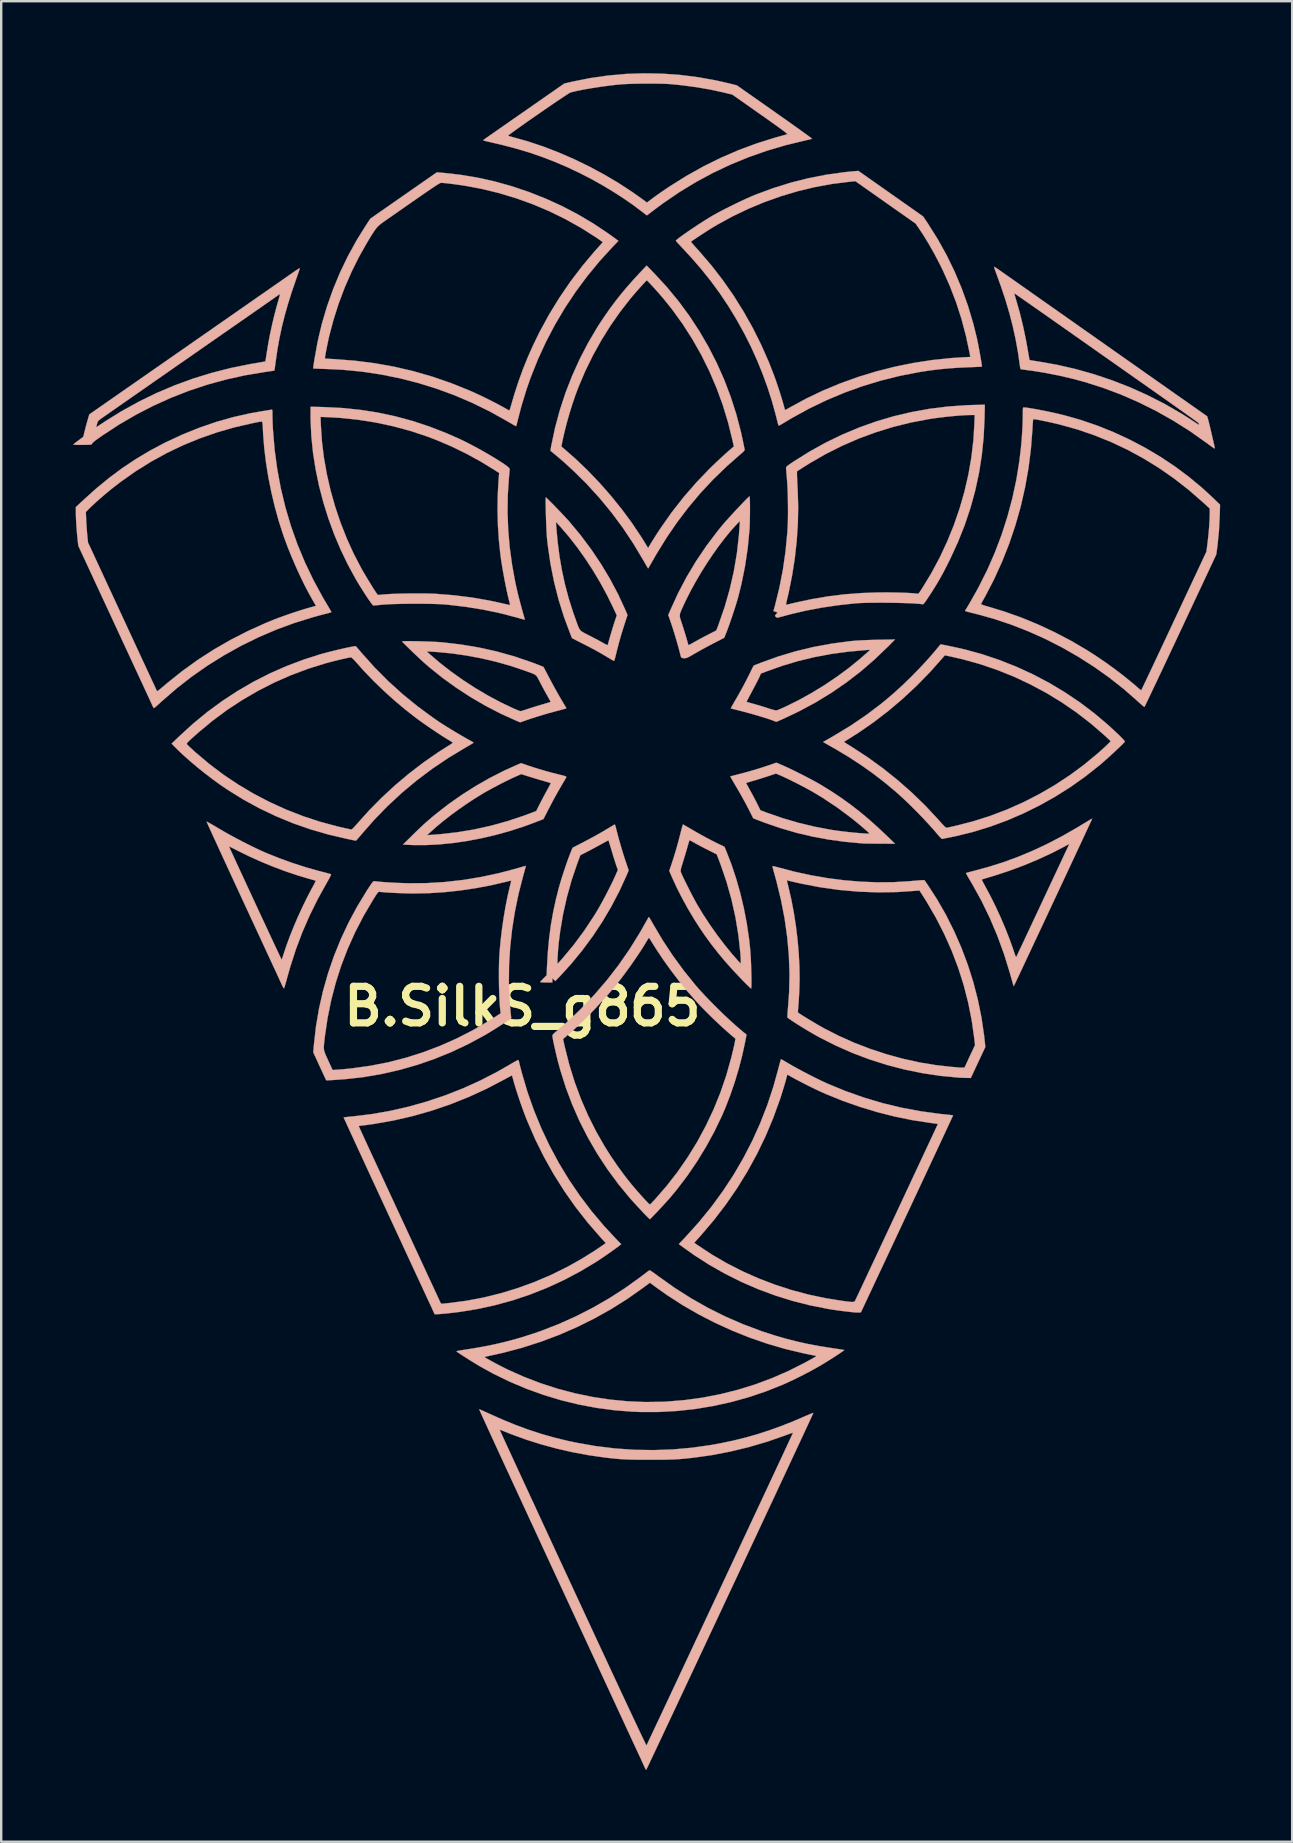
<source format=kicad_pcb>
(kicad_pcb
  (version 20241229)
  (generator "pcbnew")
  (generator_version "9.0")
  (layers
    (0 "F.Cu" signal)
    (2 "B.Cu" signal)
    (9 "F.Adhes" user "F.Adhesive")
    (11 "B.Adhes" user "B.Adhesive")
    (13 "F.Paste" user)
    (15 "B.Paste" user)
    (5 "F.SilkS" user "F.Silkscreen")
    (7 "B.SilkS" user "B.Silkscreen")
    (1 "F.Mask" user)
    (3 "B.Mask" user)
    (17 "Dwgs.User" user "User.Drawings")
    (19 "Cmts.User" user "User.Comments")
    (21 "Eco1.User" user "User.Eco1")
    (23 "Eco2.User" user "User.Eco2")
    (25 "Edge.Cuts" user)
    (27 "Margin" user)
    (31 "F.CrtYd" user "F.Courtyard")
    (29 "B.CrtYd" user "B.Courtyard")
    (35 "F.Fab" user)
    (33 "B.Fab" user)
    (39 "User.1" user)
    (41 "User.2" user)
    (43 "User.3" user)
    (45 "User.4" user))
  (footprint "B.SilkS_g865"
    (layer "F.Cu")
    (at 18.716 38.88)
    (property "Reference" "B.SilkS_g865" (at 0 0 0) (layer "F.SilkS") (effects (font (size 1.524 1.524) (thickness 0.3))))
    (attr through_hole)
    (fp_poly (pts (xy 0.241 -10.031) (xy 0.476 -9.954) (xy 0.734 -9.874) (xy 1.002 -9.796) (xy 1.264 -9.725) (xy 1.505 -9.664) (xy 1.552 -9.653) (xy 1.67 -9.624) (xy 1.751 -9.602) (xy 1.802 -9.584) (xy 1.828 -9.569) (xy 1.833 -9.555) (xy 1.832 -9.552) (xy 1.817 -9.523) (xy 1.784 -9.465) (xy 1.738 -9.385) (xy 1.682 -9.291) (xy 1.653 -9.242) (xy 1.472 -8.93) (xy 1.281 -8.584) (xy 1.08 -8.199) (xy 1.034 -8.109) (xy 0.878 -7.804) (xy 0.646 -7.712) (xy 0.069 -7.497) (xy -0.52 -7.307) (xy -1.117 -7.141) (xy -1.716 -7.002) (xy -2.312 -6.889) (xy -2.901 -6.803) (xy -3.478 -6.746) (xy -4.039 -6.719) (xy -4.577 -6.721) (xy -4.769 -6.73) (xy -4.976 -6.742) (xy -4.599 -7.113) (xy -4.579 -7.133) (xy -3.969 -7.133) (xy -3.821 -7.143) (xy -3.739 -7.149) (xy -3.629 -7.158) (xy -3.509 -7.168) (xy -3.408 -7.176) (xy -2.712 -7.254) (xy -2.011 -7.371) (xy -1.309 -7.527) (xy -0.612 -7.72) (xy 0.075 -7.949) (xy 0.314 -8.038) (xy 0.576 -8.139) (xy 0.712 -8.41) (xy 0.775 -8.532) (xy 0.849 -8.674) (xy 0.928 -8.822) (xy 1.002 -8.959) (xy 1.019 -8.989) (xy 1.075 -9.091) (xy 1.122 -9.18) (xy 1.158 -9.249) (xy 1.178 -9.291) (xy 1.182 -9.302) (xy 1.16 -9.31) (xy 1.105 -9.327) (xy 1.026 -9.35) (xy 0.931 -9.377) (xy 0.931 -9.377) (xy 0.826 -9.407) (xy 0.693 -9.446) (xy 0.547 -9.49) (xy 0.401 -9.535) (xy 0.319 -9.56) (xy -0.05 -9.676) (xy -0.252 -9.587) (xy -0.412 -9.515) (xy -0.598 -9.425) (xy -0.802 -9.324) (xy -1.013 -9.215) (xy -1.223 -9.104) (xy -1.421 -8.996) (xy -1.6 -8.895) (xy -1.683 -8.846) (xy -2.013 -8.641) (xy -2.348 -8.42) (xy -2.681 -8.188) (xy -3.004 -7.949) (xy -3.31 -7.711) (xy -3.591 -7.477) (xy -3.84 -7.253) (xy -3.842 -7.252) (xy -3.969 -7.133) (xy -4.579 -7.133) (xy -4.427 -7.282) (xy -4.275 -7.428) (xy -4.138 -7.557) (xy -4.006 -7.676) (xy -3.872 -7.792) (xy -3.729 -7.913) (xy -3.609 -8.012) (xy -3.08 -8.424) (xy -2.521 -8.816) (xy -1.942 -9.183) (xy -1.348 -9.522) (xy -0.748 -9.827) (xy -0.277 -10.04) (xy -0.057 -10.134) (xy 0.241 -10.031)) (stroke (width 0.01) (type solid)) (fill yes) (layer "B.SilkS"))
    (fp_poly (pts (xy 15.251 -15.008) (xy 14.689 -14.468) (xy 14.107 -13.964) (xy 13.502 -13.497) (xy 12.875 -13.065) (xy 12.225 -12.668) (xy 11.573 -12.317) (xy 11.467 -12.265) (xy 11.347 -12.206) (xy 11.219 -12.145) (xy 11.089 -12.083) (xy 10.962 -12.024) (xy 10.844 -11.969) (xy 10.74 -11.923) (xy 10.657 -11.886) (xy 10.6 -11.862) (xy 10.575 -11.854) (xy 10.575 -11.854) (xy 10.556 -11.862) (xy 10.509 -11.881) (xy 10.469 -11.898) (xy 10.379 -11.931) (xy 10.256 -11.973) (xy 10.106 -12.021) (xy 9.937 -12.073) (xy 9.757 -12.127) (xy 9.573 -12.18) (xy 9.391 -12.231) (xy 9.221 -12.277) (xy 9.129 -12.3) (xy 8.999 -12.333) (xy 8.883 -12.362) (xy 8.789 -12.387) (xy 8.721 -12.404) (xy 8.686 -12.414) (xy 8.682 -12.415) (xy 8.691 -12.434) (xy 8.718 -12.484) (xy 8.76 -12.56) (xy 8.816 -12.658) (xy 8.834 -12.689) (xy 9.34 -12.689) (xy 9.361 -12.682) (xy 9.416 -12.666) (xy 9.497 -12.642) (xy 9.598 -12.613) (xy 9.663 -12.595) (xy 9.803 -12.555) (xy 9.959 -12.508) (xy 10.111 -12.461) (xy 10.242 -12.418) (xy 10.255 -12.414) (xy 10.361 -12.38) (xy 10.457 -12.354) (xy 10.533 -12.336) (xy 10.58 -12.33) (xy 10.586 -12.33) (xy 10.624 -12.341) (xy 10.691 -12.368) (xy 10.782 -12.406) (xy 10.888 -12.453) (xy 10.967 -12.489) (xy 11.507 -12.756) (xy 12.047 -13.055) (xy 12.58 -13.381) (xy 13.097 -13.729) (xy 13.593 -14.094) (xy 14.059 -14.472) (xy 14.362 -14.739) (xy 14.489 -14.856) (xy 14.33 -14.846) (xy 13.587 -14.78) (xy 12.87 -14.683) (xy 12.173 -14.552) (xy 11.493 -14.388) (xy 10.827 -14.189) (xy 10.169 -13.955) (xy 10.16 -13.951) (xy 9.937 -13.865) (xy 9.878 -13.73) (xy 9.851 -13.673) (xy 9.808 -13.585) (xy 9.751 -13.475) (xy 9.686 -13.35) (xy 9.615 -13.216) (xy 9.577 -13.144) (xy 9.51 -13.019) (xy 9.45 -12.906) (xy 9.401 -12.812) (xy 9.364 -12.741) (xy 9.343 -12.699) (xy 9.34 -12.689) (xy 8.834 -12.689) (xy 8.881 -12.771) (xy 8.922 -12.841) (xy 9.009 -12.992) (xy 9.106 -13.168) (xy 9.208 -13.355) (xy 9.305 -13.539) (xy 9.39 -13.707) (xy 9.402 -13.73) (xy 9.635 -14.198) (xy 9.945 -14.32) (xy 10.65 -14.574) (xy 11.372 -14.791) (xy 12.111 -14.97) (xy 12.864 -15.11) (xy 13.628 -15.212) (xy 13.811 -15.23) (xy 13.927 -15.239) (xy 14.076 -15.248) (xy 14.249 -15.256) (xy 14.436 -15.264) (xy 14.628 -15.27) (xy 14.817 -15.275) (xy 14.848 -15.275) (xy 15.526 -15.287) (xy 15.251 -15.008)) (stroke (width 0.01) (type solid)) (fill yes) (layer "B.SilkS"))
    (fp_poly (pts (xy 3.861 -7.558) (xy 3.878 -7.507) (xy 3.899 -7.431) (xy 3.914 -7.371) (xy 3.965 -7.172) (xy 4.026 -6.945) (xy 4.095 -6.703) (xy 4.168 -6.458) (xy 4.241 -6.223) (xy 4.3 -6.045) (xy 4.428 -5.666) (xy 4.338 -5.452) (xy 4.042 -4.804) (xy 3.707 -4.163) (xy 3.336 -3.535) (xy 2.931 -2.923) (xy 2.495 -2.333) (xy 2.031 -1.767) (xy 1.572 -1.262) (xy 1.372 -1.054) (xy 1.311 -1.113) (xy 1.249 -1.172) (xy 1.249 -0.995) (xy 0.995 -0.995) (xy 0.897 -0.996) (xy 0.816 -1) (xy 0.762 -1.005) (xy 0.741 -1.011) (xy 0.741 -1.011) (xy 0.755 -1.033) (xy 0.793 -1.076) (xy 0.847 -1.133) (xy 0.875 -1.161) (xy 1.01 -1.295) (xy 1.024 -1.647) (xy 1.035 -1.833) (xy 1.46 -1.833) (xy 1.463 -1.788) (xy 1.466 -1.778) (xy 1.483 -1.793) (xy 1.523 -1.834) (xy 1.58 -1.897) (xy 1.649 -1.974) (xy 1.677 -2.006) (xy 2.14 -2.564) (xy 2.575 -3.151) (xy 2.983 -3.769) (xy 3.113 -3.982) (xy 3.206 -4.141) (xy 3.31 -4.328) (xy 3.421 -4.533) (xy 3.532 -4.746) (xy 3.64 -4.957) (xy 3.739 -5.157) (xy 3.824 -5.337) (xy 3.87 -5.44) (xy 3.977 -5.683) (xy 3.916 -5.857) (xy 3.891 -5.931) (xy 3.857 -6.037) (xy 3.816 -6.164) (xy 3.773 -6.304) (xy 3.73 -6.448) (xy 3.723 -6.471) (xy 3.685 -6.6) (xy 3.65 -6.715) (xy 3.621 -6.809) (xy 3.6 -6.877) (xy 3.589 -6.913) (xy 3.587 -6.917) (xy 3.568 -6.909) (xy 3.518 -6.884) (xy 3.444 -6.845) (xy 3.35 -6.794) (xy 3.266 -6.747) (xy 3.134 -6.675) (xy 2.989 -6.596) (xy 2.845 -6.519) (xy 2.718 -6.453) (xy 2.682 -6.434) (xy 2.414 -6.297) (xy 2.288 -5.958) (xy 2.055 -5.272) (xy 1.857 -4.565) (xy 1.695 -3.843) (xy 1.572 -3.111) (xy 1.514 -2.65) (xy 1.502 -2.526) (xy 1.49 -2.393) (xy 1.48 -2.258) (xy 1.472 -2.128) (xy 1.465 -2.009) (xy 1.462 -1.909) (xy 1.46 -1.833) (xy 1.035 -1.833) (xy 1.059 -2.254) (xy 1.113 -2.833) (xy 1.187 -3.392) (xy 1.284 -3.942) (xy 1.404 -4.493) (xy 1.516 -4.932) (xy 1.567 -5.109) (xy 1.627 -5.311) (xy 1.696 -5.526) (xy 1.768 -5.745) (xy 1.84 -5.957) (xy 1.91 -6.153) (xy 1.974 -6.322) (xy 1.996 -6.378) (xy 2.089 -6.608) (xy 2.515 -6.827) (xy 2.934 -7.049) (xy 3.333 -7.274) (xy 3.669 -7.475) (xy 3.743 -7.52) (xy 3.804 -7.555) (xy 3.842 -7.575) (xy 3.85 -7.578) (xy 3.861 -7.558)) (stroke (width 0.01) (type solid)) (fill yes) (layer "B.SilkS"))
    (fp_poly (pts (xy 23.734 -7.805) (xy 23.709 -7.749) (xy 23.668 -7.66) (xy 23.612 -7.54) (xy 23.543 -7.391) (xy 23.461 -7.215) (xy 23.368 -7.014) (xy 23.264 -6.792) (xy 23.151 -6.549) (xy 23.03 -6.29) (xy 22.901 -6.015) (xy 22.767 -5.727) (xy 22.628 -5.429) (xy 22.484 -5.123) (xy 22.338 -4.811) (xy 22.191 -4.496) (xy 22.042 -4.179) (xy 21.895 -3.864) (xy 21.749 -3.552) (xy 21.605 -3.245) (xy 21.465 -2.947) (xy 21.33 -2.66) (xy 21.201 -2.385) (xy 21.08 -2.125) (xy 20.966 -1.883) (xy 20.861 -1.66) (xy 20.767 -1.459) (xy 20.684 -1.283) (xy 20.613 -1.134) (xy 20.556 -1.013) (xy 20.514 -0.924) (xy 20.487 -0.868) (xy 20.477 -0.849) (xy 20.465 -0.857) (xy 20.459 -0.87) (xy 20.451 -0.898) (xy 20.433 -0.961) (xy 20.407 -1.052) (xy 20.374 -1.166) (xy 20.337 -1.297) (xy 20.311 -1.389) (xy 20.067 -2.178) (xy 19.788 -2.942) (xy 19.474 -3.683) (xy 19.125 -4.401) (xy 18.741 -5.097) (xy 18.691 -5.181) (xy 18.631 -5.282) (xy 19.139 -5.282) (xy 19.147 -5.262) (xy 19.171 -5.211) (xy 19.211 -5.136) (xy 19.261 -5.043) (xy 19.305 -4.962) (xy 19.518 -4.563) (xy 19.729 -4.136) (xy 19.933 -3.691) (xy 20.125 -3.239) (xy 20.3 -2.794) (xy 20.453 -2.365) (xy 20.491 -2.249) (xy 20.525 -2.15) (xy 20.55 -2.088) (xy 20.568 -2.061) (xy 20.58 -2.065) (xy 20.592 -2.088) (xy 20.62 -2.147) (xy 20.663 -2.24) (xy 20.722 -2.364) (xy 20.794 -2.517) (xy 20.878 -2.696) (xy 20.974 -2.899) (xy 21.079 -3.124) (xy 21.194 -3.368) (xy 21.317 -3.63) (xy 21.447 -3.906) (xy 21.582 -4.194) (xy 21.694 -4.434) (xy 22.789 -6.769) (xy 22.576 -6.653) (xy 22.035 -6.375) (xy 21.463 -6.112) (xy 20.87 -5.865) (xy 20.265 -5.641) (xy 19.66 -5.443) (xy 19.538 -5.406) (xy 19.416 -5.37) (xy 19.309 -5.337) (xy 19.223 -5.311) (xy 19.165 -5.292) (xy 19.14 -5.283) (xy 19.139 -5.282) (xy 18.631 -5.282) (xy 18.625 -5.293) (xy 18.568 -5.391) (xy 18.523 -5.471) (xy 18.493 -5.527) (xy 18.481 -5.553) (xy 18.481 -5.555) (xy 18.503 -5.562) (xy 18.56 -5.578) (xy 18.643 -5.601) (xy 18.747 -5.628) (xy 18.838 -5.651) (xy 19.471 -5.825) (xy 20.087 -6.022) (xy 20.69 -6.245) (xy 21.285 -6.495) (xy 21.879 -6.775) (xy 22.478 -7.087) (xy 23.087 -7.434) (xy 23.335 -7.584) (xy 23.452 -7.655) (xy 23.555 -7.717) (xy 23.641 -7.768) (xy 23.704 -7.804) (xy 23.738 -7.822) (xy 23.743 -7.824) (xy 23.734 -7.805)) (stroke (width 0.01) (type solid)) (fill yes) (layer "B.SilkS"))
    (fp_poly (pts (xy 0.995 -21.194) (xy 1.039 -21.153) (xy 1.104 -21.089) (xy 1.186 -21.007) (xy 1.281 -20.912) (xy 1.383 -20.806) (xy 1.49 -20.695) (xy 1.597 -20.584) (xy 1.7 -20.475) (xy 1.795 -20.373) (xy 1.878 -20.284) (xy 1.945 -20.21) (xy 1.959 -20.193) (xy 2.431 -19.624) (xy 2.871 -19.034) (xy 3.278 -18.428) (xy 3.649 -17.809) (xy 3.983 -17.18) (xy 4.277 -16.545) (xy 4.293 -16.509) (xy 4.379 -16.306) (xy 4.255 -15.926) (xy 4.127 -15.519) (xy 4.019 -15.141) (xy 3.928 -14.785) (xy 3.928 -14.785) (xy 3.894 -14.647) (xy 3.869 -14.545) (xy 3.85 -14.474) (xy 3.836 -14.428) (xy 3.826 -14.403) (xy 3.817 -14.394) (xy 3.814 -14.393) (xy 3.792 -14.404) (xy 3.74 -14.432) (xy 3.667 -14.474) (xy 3.58 -14.526) (xy 3.567 -14.533) (xy 3.412 -14.626) (xy 3.276 -14.706) (xy 3.149 -14.778) (xy 3.023 -14.848) (xy 2.887 -14.92) (xy 2.733 -15) (xy 2.551 -15.093) (xy 2.532 -15.103) (xy 2.069 -15.339) (xy 1.997 -15.517) (xy 1.734 -16.221) (xy 1.508 -16.944) (xy 1.32 -17.684) (xy 1.169 -18.441) (xy 1.057 -19.212) (xy 1.025 -19.505) (xy 1.018 -19.592) (xy 1.011 -19.706) (xy 1.003 -19.841) (xy 0.996 -19.992) (xy 0.99 -20.154) (xy 0.989 -20.182) (xy 1.397 -20.182) (xy 1.407 -20.034) (xy 1.465 -19.382) (xy 1.545 -18.759) (xy 1.648 -18.16) (xy 1.775 -17.577) (xy 1.928 -17.003) (xy 2.109 -16.431) (xy 2.214 -16.135) (xy 2.266 -15.988) (xy 2.308 -15.874) (xy 2.343 -15.787) (xy 2.377 -15.721) (xy 2.415 -15.67) (xy 2.462 -15.627) (xy 2.524 -15.586) (xy 2.605 -15.543) (xy 2.71 -15.489) (xy 2.794 -15.446) (xy 2.925 -15.378) (xy 3.056 -15.309) (xy 3.177 -15.245) (xy 3.279 -15.19) (xy 3.353 -15.149) (xy 3.355 -15.148) (xy 3.431 -15.105) (xy 3.493 -15.072) (xy 3.531 -15.053) (xy 3.539 -15.05) (xy 3.553 -15.068) (xy 3.571 -15.114) (xy 3.578 -15.139) (xy 3.611 -15.258) (xy 3.652 -15.401) (xy 3.698 -15.556) (xy 3.745 -15.714) (xy 3.79 -15.863) (xy 3.831 -15.991) (xy 3.859 -16.077) (xy 3.932 -16.29) (xy 3.78 -16.617) (xy 3.525 -17.137) (xy 3.244 -17.653) (xy 2.941 -18.161) (xy 2.62 -18.653) (xy 2.285 -19.123) (xy 1.941 -19.565) (xy 1.591 -19.972) (xy 1.505 -20.066) (xy 1.397 -20.182) (xy 0.989 -20.182) (xy 0.984 -20.321) (xy 0.979 -20.488) (xy 0.974 -20.649) (xy 0.971 -20.8) (xy 0.969 -20.935) (xy 0.968 -21.049) (xy 0.969 -21.136) (xy 0.971 -21.191) (xy 0.975 -21.209) (xy 0.995 -21.194)) (stroke (width 0.01) (type solid)) (fill yes) (layer "B.SilkS"))
    (fp_poly (pts (xy 6.713 -7.567) (xy 6.765 -7.539) (xy 6.841 -7.495) (xy 6.936 -7.441) (xy 7.027 -7.387) (xy 7.233 -7.267) (xy 7.449 -7.145) (xy 7.666 -7.026) (xy 7.876 -6.916) (xy 8.067 -6.819) (xy 8.204 -6.752) (xy 8.418 -6.652) (xy 8.497 -6.464) (xy 8.712 -5.908) (xy 8.907 -5.321) (xy 9.08 -4.712) (xy 9.228 -4.087) (xy 9.349 -3.454) (xy 9.443 -2.82) (xy 9.494 -2.349) (xy 9.503 -2.227) (xy 9.512 -2.085) (xy 9.52 -1.929) (xy 9.527 -1.764) (xy 9.533 -1.595) (xy 9.538 -1.427) (xy 9.542 -1.267) (xy 9.544 -1.118) (xy 9.544 -0.987) (xy 9.543 -0.879) (xy 9.54 -0.798) (xy 9.535 -0.751) (xy 9.53 -0.741) (xy 9.51 -0.755) (xy 9.465 -0.796) (xy 9.399 -0.86) (xy 9.316 -0.941) (xy 9.221 -1.037) (xy 9.145 -1.114) (xy 8.788 -1.491) (xy 8.462 -1.855) (xy 8.161 -2.214) (xy 7.877 -2.577) (xy 7.605 -2.951) (xy 7.409 -3.237) (xy 7.145 -3.649) (xy 6.889 -4.08) (xy 6.648 -4.519) (xy 6.427 -4.956) (xy 6.232 -5.379) (xy 6.204 -5.445) (xy 6.119 -5.646) (xy 6.119 -5.648) (xy 6.594 -5.648) (xy 6.596 -5.616) (xy 6.604 -5.588) (xy 6.604 -5.588) (xy 6.628 -5.53) (xy 6.668 -5.44) (xy 6.722 -5.325) (xy 6.788 -5.191) (xy 6.861 -5.044) (xy 6.939 -4.889) (xy 7.018 -4.734) (xy 7.097 -4.583) (xy 7.171 -4.444) (xy 7.237 -4.322) (xy 7.281 -4.244) (xy 7.532 -3.827) (xy 7.811 -3.403) (xy 8.109 -2.981) (xy 8.418 -2.572) (xy 8.733 -2.186) (xy 8.973 -1.912) (xy 9.091 -1.782) (xy 9.098 -1.849) (xy 9.099 -1.894) (xy 9.097 -1.972) (xy 9.092 -2.072) (xy 9.084 -2.184) (xy 9.082 -2.212) (xy 8.999 -2.971) (xy 8.874 -3.723) (xy 8.709 -4.464) (xy 8.503 -5.194) (xy 8.257 -5.912) (xy 8.221 -6.008) (xy 8.096 -6.334) (xy 7.747 -6.509) (xy 7.616 -6.575) (xy 7.481 -6.645) (xy 7.353 -6.713) (xy 7.243 -6.772) (xy 7.189 -6.803) (xy 7.104 -6.85) (xy 7.034 -6.888) (xy 6.985 -6.914) (xy 6.966 -6.921) (xy 6.955 -6.902) (xy 6.937 -6.85) (xy 6.914 -6.774) (xy 6.891 -6.694) (xy 6.865 -6.598) (xy 6.829 -6.474) (xy 6.787 -6.332) (xy 6.742 -6.185) (xy 6.705 -6.064) (xy 6.662 -5.925) (xy 6.63 -5.821) (xy 6.609 -5.743) (xy 6.598 -5.688) (xy 6.594 -5.648) (xy 6.119 -5.648) (xy 6.222 -5.95) (xy 6.319 -6.249) (xy 6.417 -6.577) (xy 6.512 -6.92) (xy 6.595 -7.244) (xy 6.623 -7.356) (xy 6.649 -7.452) (xy 6.67 -7.525) (xy 6.685 -7.569) (xy 6.691 -7.578) (xy 6.713 -7.567)) (stroke (width 0.01) (type solid)) (fill yes) (layer "B.SilkS"))
    (fp_poly (pts (xy 10.831 -10.047) (xy 10.972 -9.984) (xy 11.142 -9.905) (xy 11.332 -9.813) (xy 11.534 -9.713) (xy 11.738 -9.609) (xy 11.938 -9.505) (xy 12.124 -9.406) (xy 12.288 -9.316) (xy 12.422 -9.239) (xy 12.425 -9.237) (xy 12.858 -8.97) (xy 13.268 -8.698) (xy 13.663 -8.415) (xy 14.049 -8.116) (xy 14.433 -7.795) (xy 14.823 -7.447) (xy 15.198 -7.093) (xy 15.526 -6.775) (xy 14.901 -6.778) (xy 14.738 -6.779) (xy 14.584 -6.78) (xy 14.445 -6.782) (xy 14.329 -6.783) (xy 14.241 -6.785) (xy 14.188 -6.787) (xy 14.182 -6.787) (xy 13.462 -6.853) (xy 12.767 -6.947) (xy 12.093 -7.072) (xy 11.431 -7.228) (xy 10.776 -7.418) (xy 10.121 -7.642) (xy 9.862 -7.74) (xy 9.618 -7.835) (xy 9.527 -8.018) (xy 9.416 -8.236) (xy 9.289 -8.477) (xy 9.151 -8.728) (xy 9.009 -8.979) (xy 8.877 -9.203) (xy 8.815 -9.308) (xy 9.322 -9.308) (xy 9.33 -9.289) (xy 9.356 -9.239) (xy 9.396 -9.165) (xy 9.447 -9.072) (xy 9.49 -8.994) (xy 9.561 -8.865) (xy 9.638 -8.723) (xy 9.711 -8.583) (xy 9.774 -8.46) (xy 9.789 -8.429) (xy 9.916 -8.172) (xy 10.191 -8.067) (xy 10.83 -7.845) (xy 11.491 -7.651) (xy 12.162 -7.489) (xy 12.83 -7.362) (xy 12.996 -7.336) (xy 13.147 -7.315) (xy 13.31 -7.294) (xy 13.479 -7.274) (xy 13.65 -7.255) (xy 13.817 -7.238) (xy 13.975 -7.224) (xy 14.119 -7.212) (xy 14.244 -7.204) (xy 14.345 -7.199) (xy 14.416 -7.198) (xy 14.453 -7.202) (xy 14.457 -7.205) (xy 14.441 -7.224) (xy 14.398 -7.266) (xy 14.331 -7.325) (xy 14.246 -7.399) (xy 14.148 -7.483) (xy 14.041 -7.573) (xy 13.931 -7.664) (xy 13.822 -7.753) (xy 13.72 -7.835) (xy 13.692 -7.857) (xy 13.11 -8.29) (xy 12.502 -8.694) (xy 12.086 -8.944) (xy 11.939 -9.026) (xy 11.769 -9.119) (xy 11.583 -9.216) (xy 11.392 -9.314) (xy 11.203 -9.408) (xy 11.028 -9.494) (xy 10.873 -9.566) (xy 10.781 -9.607) (xy 10.566 -9.699) (xy 10.242 -9.592) (xy 10.099 -9.545) (xy 9.94 -9.495) (xy 9.782 -9.446) (xy 9.644 -9.405) (xy 9.622 -9.399) (xy 9.517 -9.368) (xy 9.428 -9.341) (xy 9.362 -9.321) (xy 9.326 -9.31) (xy 9.322 -9.308) (xy 8.815 -9.308) (xy 8.811 -9.315) (xy 8.753 -9.414) (xy 8.707 -9.494) (xy 8.676 -9.551) (xy 8.662 -9.578) (xy 8.662 -9.579) (xy 8.684 -9.586) (xy 8.739 -9.602) (xy 8.822 -9.623) (xy 8.926 -9.65) (xy 9.012 -9.672) (xy 9.291 -9.745) (xy 9.587 -9.83) (xy 9.884 -9.919) (xy 10.164 -10.01) (xy 10.312 -10.06) (xy 10.58 -10.154) (xy 10.831 -10.047)) (stroke (width 0.01) (type solid)) (fill yes) (layer "B.SilkS"))
    (fp_poly (pts (xy 9.469 -21.231) (xy 9.474 -21.174) (xy 9.478 -21.087) (xy 9.48 -20.974) (xy 9.482 -20.841) (xy 9.482 -20.695) (xy 9.481 -20.541) (xy 9.479 -20.385) (xy 9.476 -20.232) (xy 9.472 -20.088) (xy 9.467 -19.959) (xy 9.461 -19.854) (xy 9.388 -19.092) (xy 9.276 -18.338) (xy 9.127 -17.599) (xy 8.995 -17.069) (xy 8.951 -16.915) (xy 8.896 -16.733) (xy 8.832 -16.533) (xy 8.764 -16.324) (xy 8.694 -16.116) (xy 8.625 -15.919) (xy 8.561 -15.743) (xy 8.506 -15.597) (xy 8.502 -15.589) (xy 8.409 -15.356) (xy 7.956 -15.123) (xy 7.803 -15.043) (xy 7.639 -14.955) (xy 7.475 -14.866) (xy 7.324 -14.781) (xy 7.196 -14.707) (xy 7.174 -14.695) (xy 7.052 -14.623) (xy 6.958 -14.571) (xy 6.887 -14.535) (xy 6.829 -14.514) (xy 6.779 -14.506) (xy 6.729 -14.506) (xy 6.672 -14.513) (xy 6.666 -14.514) (xy 6.637 -14.522) (xy 6.617 -14.543) (xy 6.599 -14.584) (xy 6.58 -14.655) (xy 6.573 -14.685) (xy 6.54 -14.818) (xy 6.496 -14.981) (xy 6.444 -15.165) (xy 6.387 -15.359) (xy 6.328 -15.554) (xy 6.27 -15.74) (xy 6.215 -15.908) (xy 6.194 -15.969) (xy 6.08 -16.301) (xy 6.557 -16.301) (xy 6.559 -16.242) (xy 6.572 -16.176) (xy 6.596 -16.097) (xy 6.629 -15.997) (xy 6.653 -15.927) (xy 6.697 -15.789) (xy 6.743 -15.644) (xy 6.786 -15.506) (xy 6.821 -15.387) (xy 6.836 -15.335) (xy 6.868 -15.222) (xy 6.891 -15.144) (xy 6.906 -15.094) (xy 6.916 -15.065) (xy 6.922 -15.053) (xy 6.927 -15.05) (xy 6.928 -15.05) (xy 6.948 -15.059) (xy 6.999 -15.087) (xy 7.072 -15.127) (xy 7.162 -15.178) (xy 7.199 -15.198) (xy 7.318 -15.265) (xy 7.458 -15.341) (xy 7.605 -15.419) (xy 7.743 -15.49) (xy 7.77 -15.505) (xy 8.079 -15.662) (xy 8.179 -15.925) (xy 8.43 -16.652) (xy 8.64 -17.386) (xy 8.809 -18.126) (xy 8.936 -18.872) (xy 9.021 -19.622) (xy 9.049 -20.003) (xy 9.061 -20.225) (xy 8.94 -20.098) (xy 8.696 -19.829) (xy 8.446 -19.525) (xy 8.192 -19.193) (xy 7.938 -18.837) (xy 7.689 -18.465) (xy 7.448 -18.082) (xy 7.22 -17.693) (xy 7.007 -17.306) (xy 6.815 -16.925) (xy 6.743 -16.772) (xy 6.677 -16.629) (xy 6.626 -16.519) (xy 6.59 -16.432) (xy 6.567 -16.362) (xy 6.557 -16.301) (xy 6.08 -16.301) (xy 6.078 -16.307) (xy 6.164 -16.509) (xy 6.484 -17.21) (xy 6.842 -17.891) (xy 7.237 -18.552) (xy 7.669 -19.19) (xy 8.136 -19.808) (xy 8.33 -20.045) (xy 8.405 -20.133) (xy 8.496 -20.236) (xy 8.599 -20.351) (xy 8.71 -20.473) (xy 8.825 -20.598) (xy 8.941 -20.723) (xy 9.054 -20.843) (xy 9.161 -20.955) (xy 9.257 -21.055) (xy 9.339 -21.138) (xy 9.403 -21.201) (xy 9.446 -21.24) (xy 9.463 -21.251) (xy 9.469 -21.231)) (stroke (width 0.01) (type solid)) (fill yes) (layer "B.SilkS"))
    (fp_poly (pts (xy -4.606 -15.216) (xy -4.455 -15.214) (xy -4.292 -15.211) (xy -4.123 -15.206) (xy -3.953 -15.201) (xy -3.787 -15.194) (xy -3.631 -15.187) (xy -3.489 -15.178) (xy -3.367 -15.17) (xy -3.334 -15.167) (xy -2.555 -15.076) (xy -1.796 -14.948) (xy -1.052 -14.782) (xy -0.325 -14.578) (xy 0.389 -14.334) (xy 0.614 -14.249) (xy 0.878 -14.145) (xy 0.96 -13.989) (xy 1.108 -13.706) (xy 1.241 -13.457) (xy 1.362 -13.235) (xy 1.473 -13.036) (xy 1.578 -12.854) (xy 1.619 -12.785) (xy 1.684 -12.675) (xy 1.741 -12.579) (xy 1.788 -12.5) (xy 1.819 -12.446) (xy 1.833 -12.422) (xy 1.834 -12.422) (xy 1.817 -12.412) (xy 1.767 -12.395) (xy 1.689 -12.373) (xy 1.592 -12.347) (xy 1.561 -12.34) (xy 1.343 -12.283) (xy 1.101 -12.217) (xy 0.849 -12.143) (xy 0.6 -12.067) (xy 0.369 -11.993) (xy 0.212 -11.94) (xy 0.106 -11.903) (xy 0.016 -11.871) (xy -0.051 -11.848) (xy -0.089 -11.835) (xy -0.095 -11.833) (xy -0.113 -11.841) (xy -0.162 -11.862) (xy -0.234 -11.893) (xy -0.292 -11.917) (xy -0.919 -12.202) (xy -1.542 -12.526) (xy -2.155 -12.883) (xy -2.751 -13.271) (xy -3.325 -13.684) (xy -3.868 -14.12) (xy -4.096 -14.317) (xy -4.166 -14.381) (xy -4.253 -14.461) (xy -4.351 -14.553) (xy -4.456 -14.653) (xy -4.564 -14.756) (xy -4.596 -14.787) (xy -3.985 -14.787) (xy -3.882 -14.693) (xy -3.442 -14.315) (xy -2.967 -13.945) (xy -2.467 -13.59) (xy -1.947 -13.253) (xy -1.417 -12.94) (xy -0.883 -12.657) (xy -0.437 -12.444) (xy -0.328 -12.395) (xy -0.23 -12.354) (xy -0.152 -12.322) (xy -0.1 -12.303) (xy -0.084 -12.299) (xy -0.052 -12.305) (xy 0.011 -12.322) (xy 0.096 -12.349) (xy 0.194 -12.381) (xy 0.202 -12.384) (xy 0.313 -12.42) (xy 0.451 -12.464) (xy 0.601 -12.51) (xy 0.748 -12.555) (xy 0.813 -12.574) (xy 0.929 -12.608) (xy 1.03 -12.638) (xy 1.109 -12.662) (xy 1.16 -12.678) (xy 1.176 -12.684) (xy 1.168 -12.703) (xy 1.143 -12.752) (xy 1.104 -12.823) (xy 1.056 -12.909) (xy 1.055 -12.912) (xy 1 -13.009) (xy 0.933 -13.131) (xy 0.86 -13.266) (xy 0.788 -13.402) (xy 0.751 -13.473) (xy 0.699 -13.575) (xy 0.658 -13.655) (xy 0.623 -13.716) (xy 0.589 -13.764) (xy 0.549 -13.802) (xy 0.5 -13.834) (xy 0.434 -13.865) (xy 0.346 -13.899) (xy 0.232 -13.94) (xy 0.085 -13.992) (xy 0.053 -14.004) (xy -0.514 -14.193) (xy -1.106 -14.359) (xy -1.713 -14.501) (xy -2.326 -14.616) (xy -2.935 -14.704) (xy -3.532 -14.762) (xy -3.829 -14.78) (xy -3.985 -14.787) (xy -4.596 -14.787) (xy -4.67 -14.858) (xy -4.769 -14.954) (xy -4.857 -15.041) (xy -4.93 -15.113) (xy -4.983 -15.167) (xy -5.011 -15.198) (xy -5.014 -15.203) (xy -4.996 -15.209) (xy -4.942 -15.214) (xy -4.855 -15.216) (xy -4.741 -15.217) (xy -4.606 -15.216)) (stroke (width 0.01) (type solid)) (fill yes) (layer "B.SilkS"))
    (fp_poly (pts (xy -13.138 -7.69) (xy -13.086 -7.663) (xy -13.008 -7.62) (xy -12.908 -7.562) (xy -12.79 -7.493) (xy -12.66 -7.416) (xy -12.643 -7.406) (xy -12.421 -7.275) (xy -12.174 -7.137) (xy -11.912 -6.996) (xy -11.643 -6.855) (xy -11.376 -6.72) (xy -11.118 -6.594) (xy -10.879 -6.482) (xy -10.667 -6.388) (xy -10.657 -6.384) (xy -10.118 -6.168) (xy -9.564 -5.969) (xy -9.009 -5.79) (xy -8.465 -5.637) (xy -8.35 -5.608) (xy -8.232 -5.578) (xy -8.128 -5.55) (xy -8.045 -5.526) (xy -7.99 -5.509) (xy -7.972 -5.501) (xy -7.976 -5.479) (xy -7.999 -5.426) (xy -8.038 -5.349) (xy -8.09 -5.254) (xy -8.143 -5.161) (xy -8.524 -4.475) (xy -8.866 -3.784) (xy -9.172 -3.081) (xy -9.442 -2.362) (xy -9.68 -1.619) (xy -9.791 -1.228) (xy -9.827 -1.095) (xy -9.861 -0.975) (xy -9.89 -0.876) (xy -9.912 -0.802) (xy -9.927 -0.76) (xy -9.93 -0.753) (xy -9.946 -0.761) (xy -9.973 -0.8) (xy -10.005 -0.862) (xy -10.008 -0.87) (xy -10.024 -0.903) (xy -10.056 -0.973) (xy -10.104 -1.077) (xy -10.167 -1.214) (xy -10.244 -1.38) (xy -10.334 -1.575) (xy -10.437 -1.796) (xy -10.55 -2.041) (xy -10.674 -2.307) (xy -10.806 -2.594) (xy -10.947 -2.899) (xy -11.096 -3.219) (xy -11.251 -3.553) (xy -11.411 -3.899) (xy -11.576 -4.254) (xy -11.619 -4.347) (xy -11.783 -4.702) (xy -11.943 -5.047) (xy -12.097 -5.379) (xy -12.244 -5.698) (xy -12.383 -6) (xy -12.514 -6.283) (xy -12.635 -6.547) (xy -12.688 -6.662) (xy -12.223 -6.662) (xy -12.215 -6.643) (xy -12.191 -6.587) (xy -12.151 -6.499) (xy -12.097 -6.381) (xy -12.03 -6.237) (xy -11.952 -6.068) (xy -11.865 -5.877) (xy -11.768 -5.668) (xy -11.664 -5.444) (xy -11.554 -5.206) (xy -11.44 -4.959) (xy -11.321 -4.704) (xy -11.201 -4.445) (xy -11.08 -4.185) (xy -10.96 -3.925) (xy -10.841 -3.67) (xy -10.725 -3.422) (xy -10.614 -3.184) (xy -10.509 -2.958) (xy -10.411 -2.748) (xy -10.321 -2.556) (xy -10.241 -2.386) (xy -10.172 -2.239) (xy -10.116 -2.119) (xy -10.073 -2.029) (xy -10.045 -1.971) (xy -10.033 -1.949) (xy -10.033 -1.948) (xy -10.023 -1.967) (xy -10.003 -2.019) (xy -9.977 -2.096) (xy -9.946 -2.191) (xy -9.941 -2.207) (xy -9.821 -2.562) (xy -9.681 -2.941) (xy -9.523 -3.335) (xy -9.352 -3.733) (xy -9.172 -4.126) (xy -8.988 -4.505) (xy -8.803 -4.859) (xy -8.725 -5.002) (xy -8.669 -5.105) (xy -8.633 -5.181) (xy -8.618 -5.226) (xy -8.622 -5.239) (xy -8.65 -5.248) (xy -8.712 -5.265) (xy -8.797 -5.289) (xy -8.898 -5.317) (xy -8.922 -5.324) (xy -9.393 -5.465) (xy -9.884 -5.631) (xy -10.384 -5.819) (xy -10.882 -6.024) (xy -11.368 -6.242) (xy -11.83 -6.468) (xy -11.947 -6.528) (xy -12.05 -6.58) (xy -12.134 -6.621) (xy -12.193 -6.65) (xy -12.221 -6.662) (xy -12.223 -6.662) (xy -12.688 -6.662) (xy -12.746 -6.789) (xy -12.846 -7.006) (xy -12.934 -7.197) (xy -13.008 -7.361) (xy -13.069 -7.494) (xy -13.114 -7.596) (xy -13.144 -7.664) (xy -13.157 -7.696) (xy -13.158 -7.698) (xy -13.138 -7.69)) (stroke (width 0.01) (type solid)) (fill yes) (layer "B.SilkS"))
    (fp_poly (pts (xy 10.493 -5.833) (xy 10.569 -5.814) (xy 10.636 -5.796) (xy 11.316 -5.616) (xy 12.006 -5.465) (xy 12.702 -5.344) (xy 13.399 -5.254) (xy 14.091 -5.196) (xy 14.774 -5.168) (xy 15.441 -5.173) (xy 16.088 -5.211) (xy 16.171 -5.219) (xy 16.301 -5.23) (xy 16.423 -5.241) (xy 16.53 -5.249) (xy 16.61 -5.255) (xy 16.647 -5.256) (xy 16.752 -5.26) (xy 16.876 -5.08) (xy 17.281 -4.453) (xy 17.654 -3.801) (xy 17.991 -3.127) (xy 18.294 -2.435) (xy 18.56 -1.727) (xy 18.788 -1.007) (xy 18.977 -0.276) (xy 19.127 0.461) (xy 19.236 1.203) (xy 19.263 1.446) (xy 19.288 1.695) (xy 18.985 2.34) (xy 18.683 2.985) (xy 18.491 2.981) (xy 18.389 2.978) (xy 18.289 2.975) (xy 18.209 2.971) (xy 18.193 2.97) (xy 17.434 2.899) (xy 16.68 2.787) (xy 15.932 2.635) (xy 15.194 2.443) (xy 14.467 2.212) (xy 13.755 1.944) (xy 13.059 1.637) (xy 12.383 1.295) (xy 12.118 1.147) (xy 11.967 1.059) (xy 11.809 0.965) (xy 11.651 0.869) (xy 11.498 0.773) (xy 11.356 0.682) (xy 11.232 0.601) (xy 11.13 0.531) (xy 11.058 0.478) (xy 11.044 0.466) (xy 11.04 0.441) (xy 11.041 0.382) (xy 11.046 0.297) (xy 11.054 0.193) (xy 11.059 0.147) (xy 11.114 -0.603) (xy 11.129 -1.358) (xy 11.102 -2.119) (xy 11.033 -2.887) (xy 10.924 -3.661) (xy 10.772 -4.442) (xy 10.58 -5.231) (xy 10.575 -5.249) (xy 11.02 -5.249) (xy 11.023 -5.23) (xy 11.035 -5.177) (xy 11.054 -5.098) (xy 11.078 -5) (xy 11.086 -4.969) (xy 11.207 -4.443) (xy 11.311 -3.897) (xy 11.397 -3.338) (xy 11.465 -2.774) (xy 11.514 -2.215) (xy 11.543 -1.668) (xy 11.551 -1.141) (xy 11.539 -0.683) (xy 11.531 -0.525) (xy 11.522 -0.368) (xy 11.513 -0.222) (xy 11.504 -0.096) (xy 11.496 0.002) (xy 11.493 0.039) (xy 11.485 0.127) (xy 11.481 0.199) (xy 11.481 0.244) (xy 11.483 0.254) (xy 11.506 0.274) (xy 11.561 0.311) (xy 11.642 0.364) (xy 11.744 0.428) (xy 11.861 0.5) (xy 11.989 0.578) (xy 12.122 0.657) (xy 12.254 0.736) (xy 12.381 0.809) (xy 12.498 0.875) (xy 12.56 0.91) (xy 13.178 1.226) (xy 13.821 1.514) (xy 14.483 1.769) (xy 15.159 1.992) (xy 15.843 2.18) (xy 16.531 2.333) (xy 17.217 2.447) (xy 17.843 2.518) (xy 17.952 2.527) (xy 18.053 2.536) (xy 18.133 2.543) (xy 18.182 2.548) (xy 18.257 2.552) (xy 18.335 2.553) (xy 18.338 2.553) (xy 18.42 2.551) (xy 18.639 2.081) (xy 18.859 1.612) (xy 18.826 1.33) (xy 18.72 0.579) (xy 18.572 -0.161) (xy 18.384 -0.892) (xy 18.155 -1.612) (xy 17.885 -2.32) (xy 17.575 -3.016) (xy 17.225 -3.699) (xy 16.836 -4.369) (xy 16.636 -4.684) (xy 16.542 -4.828) (xy 16.415 -4.816) (xy 15.617 -4.762) (xy 14.815 -4.749) (xy 14.01 -4.779) (xy 13.204 -4.85) (xy 12.397 -4.963) (xy 11.591 -5.118) (xy 11.289 -5.187) (xy 11.19 -5.21) (xy 11.107 -5.23) (xy 11.048 -5.243) (xy 11.021 -5.249) (xy 11.02 -5.249) (xy 10.575 -5.249) (xy 10.517 -5.459) (xy 10.484 -5.577) (xy 10.456 -5.682) (xy 10.434 -5.765) (xy 10.421 -5.821) (xy 10.419 -5.842) (xy 10.44 -5.843) (xy 10.493 -5.833)) (stroke (width 0.01) (type solid)) (fill yes) (layer "B.SilkS"))
    (fp_poly (pts (xy 5.504 -30.53) (xy 6.02 -29.97) (xy 6.504 -29.383) (xy 6.955 -28.771) (xy 7.371 -28.136) (xy 7.753 -27.48) (xy 8.099 -26.803) (xy 8.408 -26.109) (xy 8.679 -25.398) (xy 8.912 -24.673) (xy 9.105 -23.935) (xy 9.185 -23.569) (xy 9.208 -23.455) (xy 9.229 -23.353) (xy 9.246 -23.271) (xy 9.258 -23.218) (xy 9.26 -23.205) (xy 9.259 -23.18) (xy 9.242 -23.15) (xy 9.204 -23.108) (xy 9.14 -23.05) (xy 9.075 -22.995) (xy 8.49 -22.479) (xy 7.938 -21.943) (xy 7.416 -21.383) (xy 6.923 -20.797) (xy 6.456 -20.183) (xy 6.013 -19.537) (xy 5.593 -18.857) (xy 5.378 -18.484) (xy 5.328 -18.395) (xy 5.286 -18.321) (xy 5.255 -18.269) (xy 5.239 -18.246) (xy 5.239 -18.246) (xy 5.226 -18.263) (xy 5.197 -18.312) (xy 5.153 -18.386) (xy 5.099 -18.48) (xy 5.038 -18.587) (xy 5.037 -18.588) (xy 4.62 -19.285) (xy 4.177 -19.95) (xy 3.705 -20.585) (xy 3.203 -21.193) (xy 2.668 -21.778) (xy 2.098 -22.34) (xy 1.736 -22.671) (xy 1.674 -22.726) (xy 1.597 -22.792) (xy 1.511 -22.865) (xy 1.423 -22.939) (xy 1.339 -23.009) (xy 1.266 -23.07) (xy 1.209 -23.117) (xy 1.175 -23.143) (xy 1.17 -23.147) (xy 1.171 -23.167) (xy 1.179 -23.221) (xy 1.192 -23.298) (xy 1.197 -23.327) (xy 1.625 -23.327) (xy 1.695 -23.268) (xy 2.214 -22.814) (xy 2.723 -22.326) (xy 3.216 -21.81) (xy 3.69 -21.271) (xy 4.139 -20.715) (xy 4.558 -20.148) (xy 4.942 -19.575) (xy 5.1 -19.321) (xy 5.237 -19.096) (xy 5.372 -19.322) (xy 5.428 -19.413) (xy 5.5 -19.528) (xy 5.584 -19.659) (xy 5.671 -19.793) (xy 5.753 -19.918) (xy 6.222 -20.585) (xy 6.724 -21.226) (xy 7.26 -21.841) (xy 7.737 -22.339) (xy 7.887 -22.488) (xy 8.049 -22.644) (xy 8.216 -22.801) (xy 8.38 -22.952) (xy 8.534 -23.091) (xy 8.67 -23.21) (xy 8.739 -23.268) (xy 8.81 -23.327) (xy 8.753 -23.585) (xy 8.569 -24.33) (xy 8.347 -25.06) (xy 8.086 -25.772) (xy 7.788 -26.467) (xy 7.453 -27.143) (xy 7.082 -27.798) (xy 6.676 -28.431) (xy 6.234 -29.042) (xy 5.896 -29.464) (xy 5.817 -29.558) (xy 5.728 -29.66) (xy 5.634 -29.768) (xy 5.538 -29.875) (xy 5.446 -29.977) (xy 5.361 -30.069) (xy 5.288 -30.147) (xy 5.231 -30.205) (xy 5.195 -30.24) (xy 5.184 -30.247) (xy 5.164 -30.232) (xy 5.121 -30.189) (xy 5.06 -30.124) (xy 4.983 -30.041) (xy 4.897 -29.946) (xy 4.805 -29.842) (xy 4.711 -29.735) (xy 4.62 -29.63) (xy 4.536 -29.531) (xy 4.507 -29.496) (xy 4.077 -28.945) (xy 3.67 -28.363) (xy 3.291 -27.756) (xy 2.942 -27.128) (xy 2.626 -26.486) (xy 2.348 -25.835) (xy 2.34 -25.815) (xy 2.208 -25.463) (xy 2.08 -25.087) (xy 1.959 -24.697) (xy 1.848 -24.305) (xy 1.751 -23.923) (xy 1.67 -23.562) (xy 1.65 -23.459) (xy 1.625 -23.327) (xy 1.197 -23.327) (xy 1.206 -23.376) (xy 1.363 -24.115) (xy 1.561 -24.846) (xy 1.797 -25.567) (xy 2.073 -26.274) (xy 2.385 -26.965) (xy 2.733 -27.636) (xy 3.115 -28.284) (xy 3.254 -28.501) (xy 3.467 -28.817) (xy 3.677 -29.116) (xy 3.893 -29.403) (xy 4.118 -29.686) (xy 4.358 -29.973) (xy 4.62 -30.269) (xy 4.908 -30.582) (xy 4.979 -30.657) (xy 5.176 -30.866) (xy 5.504 -30.53)) (stroke (width 0.01) (type solid)) (fill yes) (layer "B.SilkS"))
    (fp_poly (pts (xy 17.681 -15.036) (xy 18.429 -14.872) (xy 19.165 -14.669) (xy 19.888 -14.426) (xy 20.595 -14.145) (xy 21.286 -13.827) (xy 21.958 -13.472) (xy 22.609 -13.082) (xy 23.239 -12.657) (xy 23.844 -12.199) (xy 24.425 -11.707) (xy 24.844 -11.316) (xy 24.93 -11.231) (xy 25.003 -11.155) (xy 25.06 -11.094) (xy 25.095 -11.052) (xy 25.104 -11.036) (xy 25.088 -11.013) (xy 25.046 -10.965) (xy 24.979 -10.898) (xy 24.893 -10.813) (xy 24.791 -10.716) (xy 24.678 -10.61) (xy 24.557 -10.498) (xy 24.433 -10.385) (xy 24.31 -10.275) (xy 24.192 -10.17) (xy 24.082 -10.076) (xy 24.045 -10.045) (xy 23.457 -9.579) (xy 22.844 -9.144) (xy 22.209 -8.743) (xy 21.556 -8.376) (xy 20.885 -8.044) (xy 20.201 -7.749) (xy 19.505 -7.492) (xy 18.801 -7.275) (xy 18.09 -7.098) (xy 17.801 -7.038) (xy 17.695 -7.017) (xy 17.603 -6.999) (xy 17.533 -6.984) (xy 17.494 -6.975) (xy 17.49 -6.974) (xy 17.467 -6.986) (xy 17.425 -7.025) (xy 17.368 -7.085) (xy 17.312 -7.15) (xy 17.122 -7.371) (xy 16.907 -7.609) (xy 16.677 -7.856) (xy 16.436 -8.105) (xy 16.194 -8.348) (xy 15.957 -8.577) (xy 15.732 -8.785) (xy 15.589 -8.913) (xy 15.112 -9.313) (xy 14.627 -9.688) (xy 14.127 -10.043) (xy 13.603 -10.385) (xy 13.049 -10.718) (xy 12.82 -10.847) (xy 12.722 -10.903) (xy 12.638 -10.951) (xy 12.576 -10.989) (xy 12.54 -11.011) (xy 12.535 -11.016) (xy 12.535 -11.017) (xy 13.399 -11.017) (xy 13.416 -11.005) (xy 13.463 -10.974) (xy 13.536 -10.927) (xy 13.629 -10.87) (xy 13.735 -10.804) (xy 13.747 -10.796) (xy 14.395 -10.373) (xy 15.027 -9.914) (xy 15.639 -9.424) (xy 16.226 -8.907) (xy 16.784 -8.366) (xy 17.307 -7.805) (xy 17.354 -7.753) (xy 17.454 -7.64) (xy 17.531 -7.556) (xy 17.589 -7.497) (xy 17.63 -7.461) (xy 17.66 -7.443) (xy 17.681 -7.44) (xy 17.682 -7.44) (xy 17.717 -7.448) (xy 17.786 -7.463) (xy 17.88 -7.484) (xy 17.99 -7.509) (xy 18.066 -7.526) (xy 18.783 -7.71) (xy 19.49 -7.935) (xy 20.185 -8.199) (xy 20.865 -8.501) (xy 21.529 -8.84) (xy 22.175 -9.215) (xy 22.799 -9.625) (xy 23.401 -10.068) (xy 23.977 -10.544) (xy 24.284 -10.821) (xy 24.364 -10.896) (xy 24.431 -10.962) (xy 24.48 -11.013) (xy 24.505 -11.043) (xy 24.507 -11.049) (xy 24.49 -11.068) (xy 24.447 -11.11) (xy 24.384 -11.17) (xy 24.305 -11.243) (xy 24.257 -11.288) (xy 23.687 -11.781) (xy 23.091 -12.241) (xy 22.472 -12.667) (xy 21.83 -13.058) (xy 21.168 -13.413) (xy 20.488 -13.732) (xy 19.791 -14.013) (xy 19.08 -14.255) (xy 18.355 -14.458) (xy 17.854 -14.573) (xy 17.6 -14.626) (xy 17.515 -14.526) (xy 16.985 -13.929) (xy 16.428 -13.358) (xy 15.846 -12.816) (xy 15.244 -12.306) (xy 14.624 -11.83) (xy 13.988 -11.391) (xy 13.584 -11.135) (xy 13.507 -11.088) (xy 13.445 -11.049) (xy 13.407 -11.024) (xy 13.399 -11.017) (xy 12.535 -11.017) (xy 12.554 -11.028) (xy 12.605 -11.058) (xy 12.683 -11.103) (xy 12.781 -11.159) (xy 12.896 -11.225) (xy 12.975 -11.271) (xy 13.666 -11.69) (xy 14.326 -12.138) (xy 14.956 -12.615) (xy 15.187 -12.804) (xy 15.527 -13.097) (xy 15.876 -13.418) (xy 16.226 -13.758) (xy 16.567 -14.108) (xy 16.891 -14.458) (xy 17.187 -14.8) (xy 17.247 -14.872) (xy 17.424 -15.085) (xy 17.681 -15.036)) (stroke (width 0.01) (type solid)) (fill yes) (layer "B.SilkS"))
    (fp_poly (pts (xy 19.672 -30.807) (xy 19.719 -30.779) (xy 19.785 -30.737) (xy 19.837 -30.701) (xy 19.874 -30.675) (xy 19.942 -30.627) (xy 20.042 -30.557) (xy 20.17 -30.467) (xy 20.326 -30.357) (xy 20.507 -30.23) (xy 20.71 -30.087) (xy 20.936 -29.928) (xy 21.18 -29.756) (xy 21.442 -29.572) (xy 21.72 -29.376) (xy 22.011 -29.171) (xy 22.314 -28.958) (xy 22.627 -28.738) (xy 22.948 -28.512) (xy 23.008 -28.47) (xy 23.351 -28.228) (xy 23.699 -27.984) (xy 24.048 -27.738) (xy 24.397 -27.492) (xy 24.741 -27.25) (xy 25.079 -27.012) (xy 25.407 -26.782) (xy 25.722 -26.56) (xy 26.021 -26.349) (xy 26.302 -26.152) (xy 26.562 -25.969) (xy 26.797 -25.804) (xy 27.005 -25.657) (xy 27.183 -25.532) (xy 27.267 -25.473) (xy 28.531 -24.585) (xy 28.566 -24.469) (xy 28.579 -24.421) (xy 28.6 -24.339) (xy 28.626 -24.231) (xy 28.657 -24.103) (xy 28.69 -23.963) (xy 28.724 -23.818) (xy 28.757 -23.676) (xy 28.788 -23.543) (xy 28.814 -23.428) (xy 28.834 -23.337) (xy 28.839 -23.31) (xy 28.844 -23.264) (xy 28.838 -23.242) (xy 28.836 -23.242) (xy 28.814 -23.254) (xy 28.764 -23.288) (xy 28.692 -23.339) (xy 28.601 -23.405) (xy 28.5 -23.48) (xy 28.49 -23.487) (xy 27.818 -23.962) (xy 27.126 -24.4) (xy 26.416 -24.801) (xy 25.689 -25.163) (xy 24.947 -25.488) (xy 24.19 -25.772) (xy 23.424 -26.016) (xy 22.906 -26.155) (xy 22.365 -26.28) (xy 21.817 -26.388) (xy 21.28 -26.476) (xy 21.179 -26.49) (xy 21.054 -26.506) (xy 20.944 -26.521) (xy 20.854 -26.533) (xy 20.793 -26.54) (xy 20.766 -26.543) (xy 20.766 -26.543) (xy 20.753 -26.562) (xy 20.74 -26.611) (xy 20.733 -26.654) (xy 20.651 -27.23) (xy 20.551 -27.789) (xy 20.431 -28.338) (xy 20.289 -28.888) (xy 20.123 -29.445) (xy 20.035 -29.71) (xy 20.495 -29.71) (xy 20.499 -29.689) (xy 20.513 -29.634) (xy 20.536 -29.553) (xy 20.565 -29.454) (xy 20.582 -29.399) (xy 20.729 -28.879) (xy 20.863 -28.331) (xy 20.981 -27.768) (xy 21.062 -27.317) (xy 21.082 -27.196) (xy 21.101 -27.09) (xy 21.116 -27.006) (xy 21.127 -26.95) (xy 21.132 -26.93) (xy 21.155 -26.924) (xy 21.212 -26.914) (xy 21.298 -26.9) (xy 21.403 -26.883) (xy 21.487 -26.87) (xy 22.27 -26.733) (xy 23.049 -26.554) (xy 23.82 -26.336) (xy 24.582 -26.08) (xy 25.33 -25.787) (xy 26.061 -25.458) (xy 26.772 -25.094) (xy 27.459 -24.697) (xy 27.671 -24.564) (xy 27.777 -24.496) (xy 27.88 -24.429) (xy 27.97 -24.37) (xy 28.038 -24.325) (xy 28.056 -24.312) (xy 28.126 -24.265) (xy 28.168 -24.242) (xy 28.189 -24.24) (xy 28.194 -24.255) (xy 28.181 -24.283) (xy 28.157 -24.315) (xy 28.135 -24.333) (xy 28.081 -24.373) (xy 27.996 -24.434) (xy 27.884 -24.515) (xy 27.745 -24.614) (xy 27.584 -24.729) (xy 27.401 -24.859) (xy 27.199 -25.002) (xy 26.98 -25.157) (xy 26.747 -25.321) (xy 26.502 -25.494) (xy 26.246 -25.674) (xy 26.162 -25.733) (xy 25.853 -25.951) (xy 25.518 -26.186) (xy 25.164 -26.435) (xy 24.796 -26.694) (xy 24.42 -26.958) (xy 24.043 -27.223) (xy 23.67 -27.485) (xy 23.309 -27.74) (xy 22.963 -27.983) (xy 22.641 -28.21) (xy 22.353 -28.412) (xy 22.103 -28.588) (xy 21.862 -28.757) (xy 21.634 -28.917) (xy 21.42 -29.067) (xy 21.223 -29.205) (xy 21.045 -29.33) (xy 20.887 -29.44) (xy 20.753 -29.533) (xy 20.645 -29.608) (xy 20.564 -29.664) (xy 20.514 -29.698) (xy 20.495 -29.71) (xy 20.495 -29.71) (xy 20.035 -29.71) (xy 19.931 -30.019) (xy 19.803 -30.373) (xy 19.757 -30.499) (xy 19.716 -30.612) (xy 19.684 -30.705) (xy 19.662 -30.773) (xy 19.652 -30.81) (xy 19.652 -30.814) (xy 19.672 -30.807)) (stroke (width 0.01) (type solid)) (fill yes) (layer "B.SilkS"))
    (fp_poly (pts (xy -9.281 -30.732) (xy -9.298 -30.675) (xy -9.326 -30.589) (xy -9.363 -30.482) (xy -9.406 -30.358) (xy -9.427 -30.298) (xy -9.609 -29.769) (xy -9.767 -29.266) (xy -9.904 -28.782) (xy -10.022 -28.31) (xy -10.122 -27.841) (xy -10.207 -27.368) (xy -10.277 -26.884) (xy -10.286 -26.821) (xy -10.3 -26.709) (xy -10.313 -26.613) (xy -10.324 -26.54) (xy -10.331 -26.498) (xy -10.333 -26.491) (xy -10.355 -26.486) (xy -10.413 -26.477) (xy -10.499 -26.464) (xy -10.607 -26.448) (xy -10.73 -26.431) (xy -10.732 -26.43) (xy -11.543 -26.295) (xy -12.341 -26.119) (xy -13.124 -25.904) (xy -13.892 -25.649) (xy -14.645 -25.355) (xy -15.383 -25.021) (xy -16.105 -24.648) (xy -16.811 -24.236) (xy -17.502 -23.784) (xy -17.699 -23.646) (xy -17.799 -23.572) (xy -17.873 -23.511) (xy -17.919 -23.465) (xy -17.932 -23.442) (xy -17.937 -23.427) (xy -17.948 -23.416) (xy -17.973 -23.408) (xy -18.017 -23.403) (xy -18.085 -23.399) (xy -18.185 -23.396) (xy -18.32 -23.394) (xy -18.325 -23.394) (xy -18.448 -23.393) (xy -18.554 -23.394) (xy -18.638 -23.397) (xy -18.693 -23.401) (xy -18.711 -23.406) (xy -18.695 -23.424) (xy -18.652 -23.462) (xy -18.587 -23.514) (xy -18.507 -23.574) (xy -18.504 -23.577) (xy -18.296 -23.73) (xy -18.237 -23.971) (xy -18.205 -24.098) (xy -18.191 -24.152) (xy -17.755 -24.152) (xy -17.754 -24.137) (xy -17.727 -24.148) (xy -17.705 -24.162) (xy -17.664 -24.189) (xy -17.597 -24.234) (xy -17.512 -24.29) (xy -17.416 -24.353) (xy -17.39 -24.371) (xy -16.699 -24.8) (xy -15.987 -25.193) (xy -15.256 -25.55) (xy -14.505 -25.869) (xy -13.738 -26.15) (xy -12.955 -26.392) (xy -12.158 -26.596) (xy -11.348 -26.76) (xy -11.187 -26.787) (xy -11.052 -26.81) (xy -10.931 -26.831) (xy -10.831 -26.849) (xy -10.758 -26.862) (xy -10.718 -26.871) (xy -10.713 -26.873) (xy -10.707 -26.895) (xy -10.696 -26.953) (xy -10.682 -27.037) (xy -10.666 -27.142) (xy -10.655 -27.215) (xy -10.594 -27.588) (xy -10.52 -27.982) (xy -10.434 -28.382) (xy -10.341 -28.776) (xy -10.243 -29.15) (xy -10.164 -29.427) (xy -10.135 -29.524) (xy -10.115 -29.603) (xy -10.104 -29.657) (xy -10.103 -29.679) (xy -10.105 -29.678) (xy -10.126 -29.664) (xy -10.178 -29.627) (xy -10.261 -29.569) (xy -10.37 -29.493) (xy -10.505 -29.399) (xy -10.661 -29.29) (xy -10.837 -29.167) (xy -11.03 -29.032) (xy -11.238 -28.888) (xy -11.458 -28.734) (xy -11.673 -28.585) (xy -12.054 -28.32) (xy -12.439 -28.052) (xy -12.826 -27.783) (xy -13.212 -27.514) (xy -13.596 -27.246) (xy -13.975 -26.982) (xy -14.347 -26.724) (xy -14.709 -26.471) (xy -15.06 -26.227) (xy -15.397 -25.993) (xy -15.717 -25.769) (xy -16.019 -25.559) (xy -16.301 -25.363) (xy -16.559 -25.183) (xy -16.792 -25.021) (xy -16.997 -24.878) (xy -17.173 -24.755) (xy -17.316 -24.655) (xy -17.338 -24.64) (xy -17.457 -24.557) (xy -17.546 -24.494) (xy -17.61 -24.446) (xy -17.653 -24.408) (xy -17.681 -24.378) (xy -17.698 -24.349) (xy -17.709 -24.317) (xy -17.717 -24.289) (xy -17.735 -24.222) (xy -17.75 -24.169) (xy -17.755 -24.152) (xy -18.191 -24.152) (xy -18.167 -24.241) (xy -18.129 -24.377) (xy -18.112 -24.438) (xy -18.045 -24.665) (xy -13.959 -27.51) (xy -13.581 -27.774) (xy -13.209 -28.033) (xy -12.847 -28.285) (xy -12.494 -28.531) (xy -12.153 -28.768) (xy -11.826 -28.996) (xy -11.515 -29.213) (xy -11.22 -29.419) (xy -10.944 -29.611) (xy -10.688 -29.789) (xy -10.454 -29.952) (xy -10.243 -30.099) (xy -10.058 -30.228) (xy -9.9 -30.338) (xy -9.771 -30.428) (xy -9.672 -30.497) (xy -9.604 -30.544) (xy -9.578 -30.563) (xy -9.481 -30.63) (xy -9.396 -30.686) (xy -9.33 -30.728) (xy -9.288 -30.752) (xy -9.276 -30.755) (xy -9.281 -30.732)) (stroke (width 0.01) (type solid)) (fill yes) (layer "B.SilkS"))
    (fp_poly (pts (xy 5.309 11.004) (xy 5.339 11.016) (xy 5.384 11.043) (xy 5.448 11.087) (xy 5.536 11.15) (xy 5.652 11.236) (xy 5.677 11.255) (xy 6.344 11.729) (xy 7.028 12.164) (xy 7.729 12.561) (xy 8.449 12.92) (xy 9.189 13.242) (xy 9.95 13.528) (xy 10.029 13.555) (xy 10.497 13.707) (xy 10.952 13.84) (xy 11.405 13.957) (xy 11.867 14.06) (xy 12.348 14.151) (xy 12.861 14.233) (xy 12.869 14.234) (xy 13.013 14.256) (xy 13.143 14.275) (xy 13.254 14.292) (xy 13.339 14.306) (xy 13.393 14.314) (xy 13.409 14.317) (xy 13.4 14.33) (xy 13.36 14.363) (xy 13.292 14.411) (xy 13.201 14.473) (xy 13.091 14.545) (xy 12.967 14.626) (xy 12.834 14.71) (xy 12.695 14.797) (xy 12.555 14.883) (xy 12.446 14.949) (xy 12.246 15.064) (xy 12.017 15.19) (xy 11.77 15.32) (xy 11.517 15.449) (xy 11.267 15.571) (xy 11.033 15.681) (xy 10.864 15.756) (xy 10.153 16.04) (xy 9.428 16.285) (xy 8.691 16.489) (xy 7.945 16.653) (xy 7.19 16.777) (xy 6.43 16.86) (xy 5.665 16.901) (xy 4.899 16.901) (xy 4.604 16.889) (xy 3.849 16.831) (xy 3.097 16.731) (xy 2.351 16.591) (xy 1.612 16.411) (xy 0.884 16.191) (xy 0.169 15.934) (xy -0.53 15.638) (xy -1.211 15.307) (xy -1.731 15.02) (xy -1.834 14.96) (xy -1.949 14.89) (xy -2.074 14.814) (xy -2.201 14.735) (xy -2.326 14.656) (xy -2.399 14.609) (xy -1.578 14.609) (xy -1.564 14.623) (xy -1.518 14.652) (xy -1.444 14.695) (xy -1.349 14.749) (xy -1.237 14.81) (xy -1.114 14.877) (xy -0.984 14.945) (xy -0.854 15.012) (xy -0.728 15.076) (xy -0.614 15.132) (xy 0.065 15.436) (xy 0.761 15.703) (xy 1.47 15.932) (xy 2.189 16.122) (xy 2.917 16.273) (xy 3.651 16.384) (xy 4.387 16.455) (xy 5.124 16.486) (xy 5.858 16.475) (xy 6.011 16.467) (xy 6.767 16.404) (xy 7.516 16.301) (xy 8.256 16.157) (xy 8.986 15.973) (xy 9.702 15.751) (xy 10.404 15.489) (xy 11.089 15.19) (xy 11.756 14.853) (xy 11.803 14.828) (xy 11.948 14.748) (xy 12.059 14.687) (xy 12.141 14.641) (xy 12.195 14.608) (xy 12.226 14.586) (xy 12.237 14.572) (xy 12.231 14.563) (xy 12.211 14.557) (xy 12.182 14.552) (xy 12.179 14.551) (xy 12.132 14.543) (xy 12.053 14.527) (xy 11.948 14.505) (xy 11.826 14.48) (xy 11.695 14.452) (xy 11.695 14.452) (xy 10.947 14.274) (xy 10.203 14.056) (xy 9.465 13.801) (xy 8.739 13.51) (xy 8.027 13.186) (xy 7.335 12.83) (xy 6.665 12.443) (xy 6.023 12.028) (xy 5.572 11.708) (xy 5.312 11.515) (xy 5.032 11.724) (xy 4.375 12.187) (xy 3.692 12.616) (xy 2.986 13.011) (xy 2.26 13.37) (xy 1.515 13.694) (xy 0.752 13.98) (xy -0.024 14.228) (xy -0.814 14.437) (xy -1.235 14.531) (xy -1.348 14.555) (xy -1.446 14.577) (xy -1.521 14.594) (xy -1.567 14.606) (xy -1.578 14.609) (xy -2.399 14.609) (xy -2.445 14.58) (xy -2.55 14.512) (xy -2.638 14.454) (xy -2.703 14.409) (xy -2.74 14.382) (xy -2.747 14.375) (xy -2.73 14.365) (xy -2.678 14.352) (xy -2.601 14.337) (xy -2.505 14.322) (xy -2.504 14.322) (xy -2.03 14.248) (xy -1.589 14.17) (xy -1.172 14.085) (xy -0.771 13.992) (xy -0.375 13.889) (xy 0.024 13.774) (xy 0.043 13.768) (xy 0.782 13.522) (xy 1.513 13.237) (xy 2.232 12.914) (xy 2.934 12.556) (xy 3.616 12.164) (xy 4.273 11.741) (xy 4.886 11.301) (xy 4.993 11.22) (xy 5.091 11.146) (xy 5.173 11.084) (xy 5.234 11.038) (xy 5.269 11.012) (xy 5.272 11.01) (xy 5.288 11.003) (xy 5.309 11.004)) (stroke (width 0.01) (type solid)) (fill yes) (layer "B.SilkS"))
    (fp_poly (pts (xy -6.936 -15.005) (xy -6.92 -14.987) (xy -6.882 -14.942) (xy -6.826 -14.875) (xy -6.755 -14.792) (xy -6.681 -14.705) (xy -6.147 -14.11) (xy -5.585 -13.546) (xy -4.993 -13.01) (xy -4.37 -12.502) (xy -3.715 -12.02) (xy -3.449 -11.838) (xy -3.329 -11.76) (xy -3.181 -11.667) (xy -3.013 -11.563) (xy -2.835 -11.455) (xy -2.655 -11.348) (xy -2.482 -11.247) (xy -2.324 -11.157) (xy -2.26 -11.121) (xy -2.173 -11.073) (xy -2.101 -11.031) (xy -2.052 -11.001) (xy -2.033 -10.986) (xy -2.032 -10.986) (xy -2.05 -10.972) (xy -2.099 -10.942) (xy -2.173 -10.897) (xy -2.266 -10.842) (xy -2.374 -10.78) (xy -2.376 -10.779) (xy -3.077 -10.357) (xy -3.753 -9.902) (xy -4.401 -9.415) (xy -5.021 -8.898) (xy -5.612 -8.35) (xy -6.172 -7.774) (xy -6.683 -7.191) (xy -6.762 -7.098) (xy -6.831 -7.017) (xy -6.887 -6.954) (xy -6.925 -6.914) (xy -6.939 -6.902) (xy -6.964 -6.907) (xy -7.022 -6.919) (xy -7.108 -6.936) (xy -7.214 -6.958) (xy -7.3 -6.976) (xy -8.069 -7.155) (xy -8.818 -7.371) (xy -9.547 -7.625) (xy -10.257 -7.917) (xy -10.948 -8.246) (xy -11.621 -8.613) (xy -12.275 -9.018) (xy -12.287 -9.026) (xy -12.598 -9.238) (xy -12.916 -9.469) (xy -13.236 -9.714) (xy -13.55 -9.966) (xy -13.85 -10.22) (xy -14.13 -10.47) (xy -14.382 -10.709) (xy -14.478 -10.806) (xy -14.616 -10.947) (xy -14.615 -10.947) (xy -13.98 -10.947) (xy -13.979 -10.927) (xy -13.966 -10.908) (xy -13.947 -10.887) (xy -13.914 -10.855) (xy -13.857 -10.8) (xy -13.78 -10.73) (xy -13.691 -10.648) (xy -13.618 -10.582) (xy -13.05 -10.102) (xy -12.455 -9.653) (xy -11.835 -9.238) (xy -11.193 -8.857) (xy -10.529 -8.511) (xy -9.845 -8.2) (xy -9.145 -7.926) (xy -8.429 -7.691) (xy -7.699 -7.494) (xy -7.387 -7.422) (xy -7.289 -7.402) (xy -7.206 -7.384) (xy -7.146 -7.372) (xy -7.119 -7.368) (xy -7.097 -7.382) (xy -7.054 -7.424) (xy -6.995 -7.486) (xy -6.926 -7.564) (xy -6.9 -7.594) (xy -6.398 -8.153) (xy -5.865 -8.693) (xy -5.306 -9.21) (xy -4.725 -9.699) (xy -4.128 -10.157) (xy -3.52 -10.58) (xy -3.117 -10.836) (xy -3.033 -10.888) (xy -2.964 -10.933) (xy -2.917 -10.967) (xy -2.9 -10.983) (xy -2.9 -10.983) (xy -2.917 -10.999) (xy -2.963 -11.031) (xy -3.031 -11.074) (xy -3.096 -11.113) (xy -3.227 -11.193) (xy -3.384 -11.293) (xy -3.56 -11.408) (xy -3.745 -11.532) (xy -3.933 -11.66) (xy -4.116 -11.787) (xy -4.285 -11.908) (xy -4.433 -12.017) (xy -4.445 -12.026) (xy -4.898 -12.38) (xy -5.347 -12.759) (xy -5.786 -13.156) (xy -6.206 -13.562) (xy -6.599 -13.971) (xy -6.879 -14.284) (xy -6.972 -14.388) (xy -7.048 -14.468) (xy -7.105 -14.519) (xy -7.139 -14.541) (xy -7.142 -14.541) (xy -7.186 -14.536) (xy -7.264 -14.522) (xy -7.37 -14.5) (xy -7.496 -14.471) (xy -7.637 -14.438) (xy -7.786 -14.402) (xy -7.936 -14.364) (xy -8.079 -14.326) (xy -8.211 -14.29) (xy -8.219 -14.288) (xy -8.946 -14.06) (xy -9.655 -13.793) (xy -10.347 -13.488) (xy -11.019 -13.145) (xy -11.672 -12.765) (xy -12.303 -12.35) (xy -12.913 -11.898) (xy -13.499 -11.411) (xy -13.705 -11.227) (xy -13.809 -11.132) (xy -13.885 -11.061) (xy -13.937 -11.01) (xy -13.968 -10.973) (xy -13.98 -10.947) (xy -14.615 -10.947) (xy -14.319 -11.232) (xy -13.736 -11.766) (xy -13.133 -12.262) (xy -12.51 -12.72) (xy -11.866 -13.142) (xy -11.203 -13.526) (xy -10.521 -13.873) (xy -9.819 -14.182) (xy -9.098 -14.453) (xy -8.461 -14.657) (xy -8.321 -14.697) (xy -8.166 -14.738) (xy -8.002 -14.781) (xy -7.833 -14.823) (xy -7.665 -14.863) (xy -7.503 -14.901) (xy -7.351 -14.935) (xy -7.216 -14.964) (xy -7.101 -14.986) (xy -7.013 -15.001) (xy -6.956 -15.007) (xy -6.936 -15.005)) (stroke (width 0.01) (type solid)) (fill yes) (layer "B.SilkS"))
    (fp_poly (pts (xy 10.799 2.212) (xy 10.851 2.24) (xy 10.927 2.284) (xy 11.021 2.339) (xy 11.116 2.396) (xy 11.276 2.489) (xy 11.466 2.594) (xy 11.676 2.707) (xy 11.897 2.822) (xy 12.121 2.936) (xy 12.337 3.043) (xy 12.537 3.139) (xy 12.711 3.219) (xy 13.468 3.531) (xy 14.234 3.802) (xy 15.011 4.033) (xy 15.8 4.223) (xy 16.601 4.372) (xy 17.415 4.482) (xy 17.579 4.499) (xy 17.697 4.511) (xy 17.8 4.522) (xy 17.88 4.531) (xy 17.931 4.537) (xy 17.945 4.54) (xy 17.937 4.56) (xy 17.911 4.615) (xy 17.869 4.706) (xy 17.812 4.83) (xy 17.74 4.985) (xy 17.654 5.17) (xy 17.555 5.382) (xy 17.444 5.621) (xy 17.321 5.884) (xy 17.188 6.169) (xy 17.045 6.475) (xy 16.893 6.8) (xy 16.733 7.142) (xy 16.565 7.5) (xy 16.391 7.871) (xy 16.212 8.255) (xy 16.027 8.649) (xy 16.027 8.649) (xy 14.102 12.753) (xy 13.999 12.755) (xy 13.919 12.755) (xy 13.843 12.751) (xy 13.822 12.75) (xy 13.615 12.727) (xy 13.441 12.707) (xy 13.292 12.689) (xy 13.159 12.671) (xy 13.033 12.653) (xy 12.906 12.634) (xy 12.769 12.612) (xy 12.727 12.605) (xy 11.988 12.459) (xy 11.256 12.273) (xy 10.533 12.048) (xy 9.823 11.784) (xy 9.127 11.483) (xy 8.45 11.145) (xy 7.793 10.773) (xy 7.159 10.366) (xy 6.725 10.058) (xy 6.517 9.904) (xy 6.568 9.85) (xy 7.159 9.85) (xy 7.299 9.949) (xy 7.894 10.341) (xy 8.516 10.703) (xy 9.162 11.033) (xy 9.829 11.33) (xy 10.512 11.592) (xy 11.21 11.819) (xy 11.917 12.008) (xy 12.632 12.159) (xy 13.145 12.243) (xy 13.331 12.27) (xy 13.48 12.29) (xy 13.597 12.305) (xy 13.685 12.314) (xy 13.749 12.316) (xy 13.794 12.313) (xy 13.825 12.304) (xy 13.845 12.288) (xy 13.86 12.267) (xy 13.873 12.24) (xy 13.9 12.184) (xy 13.942 12.095) (xy 13.999 11.975) (xy 14.069 11.825) (xy 14.153 11.648) (xy 14.247 11.447) (xy 14.353 11.222) (xy 14.467 10.978) (xy 14.59 10.716) (xy 14.721 10.438) (xy 14.857 10.146) (xy 14.999 9.843) (xy 15.145 9.532) (xy 15.295 9.213) (xy 15.446 8.891) (xy 15.598 8.566) (xy 15.75 8.241) (xy 15.901 7.918) (xy 16.05 7.6) (xy 16.195 7.289) (xy 16.336 6.987) (xy 16.472 6.697) (xy 16.602 6.42) (xy 16.723 6.159) (xy 16.837 5.916) (xy 16.941 5.694) (xy 17.034 5.495) (xy 17.115 5.32) (xy 17.184 5.173) (xy 17.239 5.055) (xy 17.278 4.968) (xy 17.302 4.916) (xy 17.309 4.9) (xy 17.288 4.896) (xy 17.231 4.888) (xy 17.146 4.876) (xy 17.04 4.862) (xy 16.944 4.849) (xy 16.23 4.738) (xy 15.507 4.59) (xy 14.783 4.406) (xy 14.064 4.189) (xy 13.36 3.942) (xy 12.675 3.665) (xy 12.361 3.526) (xy 12.217 3.457) (xy 12.05 3.376) (xy 11.871 3.287) (xy 11.689 3.194) (xy 11.513 3.103) (xy 11.354 3.019) (xy 11.221 2.946) (xy 11.187 2.927) (xy 11.039 2.842) (xy 10.958 3.141) (xy 10.925 3.257) (xy 10.882 3.401) (xy 10.832 3.561) (xy 10.781 3.723) (xy 10.731 3.877) (xy 10.731 3.877) (xy 10.45 4.653) (xy 10.131 5.411) (xy 9.774 6.15) (xy 9.38 6.87) (xy 8.949 7.57) (xy 8.482 8.248) (xy 7.98 8.904) (xy 7.443 9.537) (xy 7.359 9.629) (xy 7.159 9.85) (xy 6.568 9.85) (xy 6.802 9.604) (xy 7.358 8.986) (xy 7.877 8.348) (xy 8.358 7.69) (xy 8.803 7.013) (xy 9.209 6.315) (xy 9.579 5.599) (xy 9.91 4.864) (xy 10.204 4.11) (xy 10.459 3.337) (xy 10.661 2.609) (xy 10.693 2.484) (xy 10.722 2.375) (xy 10.747 2.288) (xy 10.765 2.228) (xy 10.776 2.202) (xy 10.777 2.201) (xy 10.799 2.212)) (stroke (width 0.01) (type solid)) (fill yes) (layer "B.SilkS"))
    (fp_poly (pts (xy -8.292 -24.97) (xy -7.523 -24.932) (xy -6.771 -24.856) (xy -6.032 -24.741) (xy -5.305 -24.587) (xy -4.587 -24.393) (xy -3.875 -24.158) (xy -3.165 -23.882) (xy -2.625 -23.644) (xy -2.451 -23.561) (xy -2.266 -23.468) (xy -2.075 -23.368) (xy -1.879 -23.263) (xy -1.684 -23.155) (xy -1.493 -23.047) (xy -1.309 -22.939) (xy -1.136 -22.835) (xy -0.978 -22.736) (xy -0.838 -22.646) (xy -0.719 -22.565) (xy -0.626 -22.496) (xy -0.563 -22.442) (xy -0.532 -22.404) (xy -0.529 -22.394) (xy -0.531 -22.359) (xy -0.536 -22.291) (xy -0.545 -22.197) (xy -0.555 -22.086) (xy -0.561 -22.019) (xy -0.608 -21.316) (xy -0.619 -20.598) (xy -0.592 -19.868) (xy -0.529 -19.132) (xy -0.429 -18.394) (xy -0.294 -17.656) (xy -0.2 -17.236) (xy -0.177 -17.144) (xy -0.148 -17.028) (xy -0.113 -16.897) (xy -0.076 -16.757) (xy -0.038 -16.616) (xy -0.001 -16.48) (xy 0.034 -16.357) (xy 0.063 -16.254) (xy 0.086 -16.177) (xy 0.1 -16.136) (xy 0.104 -16.124) (xy 0.104 -16.116) (xy 0.093 -16.114) (xy 0.067 -16.118) (xy 0.02 -16.129) (xy -0.053 -16.149) (xy -0.159 -16.179) (xy -0.254 -16.206) (xy -0.928 -16.381) (xy -1.627 -16.527) (xy -2.345 -16.644) (xy -3.073 -16.73) (xy -3.26 -16.747) (xy -3.398 -16.756) (xy -3.571 -16.763) (xy -3.772 -16.769) (xy -3.995 -16.773) (xy -4.232 -16.775) (xy -4.476 -16.775) (xy -4.723 -16.774) (xy -4.964 -16.771) (xy -5.193 -16.766) (xy -5.403 -16.76) (xy -5.589 -16.752) (xy -5.743 -16.743) (xy -5.817 -16.737) (xy -5.938 -16.725) (xy -6.046 -16.715) (xy -6.133 -16.707) (xy -6.191 -16.702) (xy -6.212 -16.701) (xy -6.234 -16.718) (xy -6.274 -16.767) (xy -6.33 -16.843) (xy -6.4 -16.942) (xy -6.479 -17.059) (xy -6.565 -17.19) (xy -6.655 -17.33) (xy -6.746 -17.475) (xy -6.835 -17.619) (xy -6.919 -17.76) (xy -6.931 -17.78) (xy -7.264 -18.389) (xy -7.569 -19.02) (xy -7.844 -19.671) (xy -8.087 -20.337) (xy -8.298 -21.013) (xy -8.475 -21.695) (xy -8.617 -22.381) (xy -8.724 -23.065) (xy -8.793 -23.743) (xy -8.825 -24.411) (xy -8.826 -24.56) (xy -8.41 -24.56) (xy -8.397 -24.201) (xy -8.352 -23.532) (xy -8.268 -22.854) (xy -8.147 -22.171) (xy -7.991 -21.49) (xy -7.799 -20.813) (xy -7.575 -20.147) (xy -7.318 -19.496) (xy -7.031 -18.864) (xy -6.715 -18.257) (xy -6.679 -18.192) (xy -6.62 -18.089) (xy -6.55 -17.971) (xy -6.473 -17.842) (xy -6.392 -17.709) (xy -6.312 -17.58) (xy -6.237 -17.458) (xy -6.17 -17.352) (xy -6.114 -17.268) (xy -6.075 -17.21) (xy -6.065 -17.196) (xy -6.02 -17.14) (xy -5.735 -17.165) (xy -5.588 -17.176) (xy -5.406 -17.185) (xy -5.199 -17.193) (xy -4.972 -17.198) (xy -4.735 -17.202) (xy -4.496 -17.204) (xy -4.262 -17.204) (xy -4.041 -17.202) (xy -3.842 -17.198) (xy -3.672 -17.192) (xy -3.63 -17.19) (xy -2.851 -17.128) (xy -2.098 -17.034) (xy -1.37 -16.907) (xy -0.909 -16.807) (xy -0.77 -16.775) (xy -0.667 -16.752) (xy -0.595 -16.736) (xy -0.549 -16.729) (xy -0.523 -16.728) (xy -0.513 -16.734) (xy -0.512 -16.745) (xy -0.516 -16.759) (xy -0.558 -16.912) (xy -0.604 -17.101) (xy -0.652 -17.316) (xy -0.701 -17.552) (xy -0.75 -17.8) (xy -0.796 -18.053) (xy -0.839 -18.304) (xy -0.878 -18.545) (xy -0.91 -18.769) (xy -0.92 -18.849) (xy -0.981 -19.435) (xy -1.02 -20.042) (xy -1.036 -20.657) (xy -1.029 -21.266) (xy -0.998 -21.858) (xy -0.981 -22.081) (xy -0.968 -22.222) (xy -1.156 -22.344) (xy -1.735 -22.698) (xy -2.34 -23.029) (xy -2.963 -23.332) (xy -3.593 -23.601) (xy -3.953 -23.738) (xy -4.664 -23.974) (xy -5.39 -24.171) (xy -6.128 -24.328) (xy -6.874 -24.445) (xy -7.628 -24.521) (xy -8.063 -24.546) (xy -8.41 -24.56) (xy -8.826 -24.56) (xy -8.826 -24.604) (xy -8.826 -24.983) (xy -8.292 -24.97)) (stroke (width 0.01) (type solid)) (fill yes) (layer "B.SilkS"))
    (fp_poly (pts (xy 5.284 -3.707) (xy 5.314 -3.658) (xy 5.357 -3.585) (xy 5.41 -3.493) (xy 5.449 -3.423) (xy 5.842 -2.759) (xy 6.267 -2.114) (xy 6.728 -1.484) (xy 7.199 -0.9) (xy 7.363 -0.711) (xy 7.552 -0.505) (xy 7.76 -0.286) (xy 7.982 -0.06) (xy 8.211 0.167) (xy 8.442 0.39) (xy 8.669 0.602) (xy 8.887 0.799) (xy 9.088 0.973) (xy 9.258 1.113) (xy 9.34 1.177) (xy 9.272 1.525) (xy 9.155 2.061) (xy 9.012 2.609) (xy 8.847 3.158) (xy 8.662 3.696) (xy 8.463 4.212) (xy 8.31 4.568) (xy 8.001 5.209) (xy 7.658 5.839) (xy 7.285 6.451) (xy 6.885 7.04) (xy 6.461 7.6) (xy 6.165 7.959) (xy 6.102 8.03) (xy 6.024 8.117) (xy 5.935 8.216) (xy 5.838 8.321) (xy 5.738 8.428) (xy 5.639 8.534) (xy 5.546 8.632) (xy 5.463 8.719) (xy 5.394 8.79) (xy 5.344 8.841) (xy 5.316 8.867) (xy 5.312 8.869) (xy 5.293 8.854) (xy 5.25 8.814) (xy 5.187 8.752) (xy 5.11 8.675) (xy 5.026 8.588) (xy 4.495 8.009) (xy 4 7.408) (xy 3.542 6.786) (xy 3.121 6.145) (xy 2.737 5.484) (xy 2.39 4.805) (xy 2.082 4.108) (xy 1.812 3.395) (xy 1.582 2.666) (xy 1.482 2.299) (xy 1.443 2.144) (xy 1.404 1.982) (xy 1.367 1.821) (xy 1.332 1.667) (xy 1.302 1.525) (xy 1.277 1.403) (xy 1.271 1.365) (xy 1.694 1.365) (xy 1.765 1.683) (xy 1.954 2.432) (xy 2.18 3.16) (xy 2.443 3.869) (xy 2.743 4.559) (xy 3.082 5.232) (xy 3.425 5.831) (xy 3.681 6.236) (xy 3.959 6.644) (xy 4.248 7.039) (xy 4.453 7.303) (xy 4.546 7.416) (xy 4.648 7.537) (xy 4.754 7.661) (xy 4.861 7.783) (xy 4.965 7.9) (xy 5.062 8.007) (xy 5.149 8.1) (xy 5.221 8.175) (xy 5.276 8.228) (xy 5.308 8.253) (xy 5.313 8.255) (xy 5.332 8.24) (xy 5.374 8.2) (xy 5.433 8.14) (xy 5.502 8.066) (xy 5.518 8.049) (xy 6.009 7.484) (xy 6.468 6.893) (xy 6.894 6.277) (xy 7.286 5.639) (xy 7.642 4.979) (xy 7.962 4.301) (xy 8.245 3.605) (xy 8.489 2.896) (xy 8.693 2.173) (xy 8.699 2.152) (xy 8.735 2.004) (xy 8.77 1.859) (xy 8.801 1.727) (xy 8.827 1.615) (xy 8.844 1.532) (xy 8.849 1.505) (xy 8.877 1.348) (xy 8.773 1.262) (xy 8.563 1.081) (xy 8.335 0.877) (xy 8.098 0.656) (xy 7.86 0.427) (xy 7.63 0.199) (xy 7.417 -0.02) (xy 7.235 -0.216) (xy 6.873 -0.63) (xy 6.517 -1.067) (xy 6.173 -1.518) (xy 5.848 -1.973) (xy 5.55 -2.423) (xy 5.408 -2.651) (xy 5.357 -2.733) (xy 5.315 -2.799) (xy 5.284 -2.843) (xy 5.271 -2.857) (xy 5.256 -2.84) (xy 5.226 -2.794) (xy 5.186 -2.728) (xy 5.165 -2.693) (xy 5.059 -2.516) (xy 4.93 -2.314) (xy 4.783 -2.094) (xy 4.624 -1.862) (xy 4.458 -1.626) (xy 4.288 -1.393) (xy 4.121 -1.169) (xy 3.961 -0.962) (xy 3.894 -0.878) (xy 3.705 -0.65) (xy 3.494 -0.407) (xy 3.268 -0.157) (xy 3.033 0.095) (xy 2.796 0.341) (xy 2.562 0.576) (xy 2.338 0.792) (xy 2.13 0.984) (xy 2.044 1.059) (xy 1.956 1.136) (xy 1.874 1.207) (xy 1.807 1.266) (xy 1.761 1.305) (xy 1.753 1.312) (xy 1.694 1.365) (xy 1.271 1.365) (xy 1.26 1.306) (xy 1.25 1.24) (xy 1.249 1.221) (xy 1.266 1.181) (xy 1.317 1.123) (xy 1.392 1.058) (xy 1.675 0.819) (xy 1.974 0.549) (xy 2.282 0.256) (xy 2.456 0.085) (xy 3.01 -0.497) (xy 3.529 -1.102) (xy 4.014 -1.73) (xy 4.468 -2.385) (xy 4.892 -3.068) (xy 5.112 -3.456) (xy 5.165 -3.551) (xy 5.211 -3.631) (xy 5.246 -3.69) (xy 5.267 -3.721) (xy 5.271 -3.724) (xy 5.284 -3.707)) (stroke (width 0.01) (type solid)) (fill yes) (layer "B.SilkS"))
    (fp_poly (pts (xy 5.829 -38.861) (xy 6.587 -38.806) (xy 7.342 -38.71) (xy 8.092 -38.574) (xy 8.644 -38.447) (xy 8.937 -38.373) (xy 10.51 -37.268) (xy 10.739 -37.106) (xy 10.959 -36.952) (xy 11.166 -36.805) (xy 11.357 -36.669) (xy 11.531 -36.545) (xy 11.684 -36.435) (xy 11.816 -36.34) (xy 11.922 -36.262) (xy 12.001 -36.204) (xy 12.051 -36.166) (xy 12.068 -36.15) (xy 12.068 -36.15) (xy 12.043 -36.141) (xy 11.985 -36.125) (xy 11.903 -36.105) (xy 11.803 -36.082) (xy 11.79 -36.079) (xy 10.98 -35.883) (xy 10.191 -35.651) (xy 9.424 -35.381) (xy 8.676 -35.075) (xy 7.949 -34.732) (xy 7.242 -34.351) (xy 6.554 -33.933) (xy 5.885 -33.478) (xy 5.641 -33.299) (xy 5.538 -33.221) (xy 5.442 -33.148) (xy 5.359 -33.085) (xy 5.298 -33.038) (xy 5.271 -33.017) (xy 5.224 -32.981) (xy 5.193 -32.96) (xy 5.186 -32.958) (xy 5.166 -32.971) (xy 5.12 -33.005) (xy 5.054 -33.055) (xy 4.976 -33.116) (xy 4.974 -33.117) (xy 4.607 -33.393) (xy 4.207 -33.67) (xy 3.781 -33.944) (xy 3.338 -34.21) (xy 2.887 -34.463) (xy 2.435 -34.696) (xy 2.381 -34.723) (xy 1.852 -34.973) (xy 1.33 -35.196) (xy 0.807 -35.397) (xy 0.274 -35.579) (xy -0.276 -35.743) (xy -0.854 -35.894) (xy -1.279 -35.993) (xy -1.412 -36.023) (xy -1.509 -36.046) (xy -1.574 -36.063) (xy -1.613 -36.076) (xy -1.63 -36.086) (xy -1.63 -36.095) (xy -1.628 -36.097) (xy -1.61 -36.11) (xy -1.559 -36.146) (xy -1.479 -36.202) (xy -1.373 -36.276) (xy -0.597 -36.276) (xy -0.571 -36.265) (xy -0.514 -36.247) (xy -0.437 -36.225) (xy -0.402 -36.216) (xy 0.228 -36.04) (xy 0.868 -35.826) (xy 1.511 -35.578) (xy 2.153 -35.299) (xy 2.788 -34.991) (xy 3.41 -34.656) (xy 4.014 -34.298) (xy 4.594 -33.919) (xy 4.928 -33.682) (xy 5.189 -33.492) (xy 5.457 -33.692) (xy 5.561 -33.768) (xy 5.69 -33.86) (xy 5.832 -33.959) (xy 5.978 -34.058) (xy 6.114 -34.15) (xy 6.117 -34.152) (xy 6.818 -34.591) (xy 7.532 -34.992) (xy 8.261 -35.352) (xy 9.002 -35.673) (xy 9.755 -35.953) (xy 10.52 -36.193) (xy 10.647 -36.228) (xy 10.765 -36.261) (xy 10.87 -36.291) (xy 10.955 -36.315) (xy 11.013 -36.332) (xy 11.034 -36.339) (xy 11.033 -36.348) (xy 11.012 -36.37) (xy 10.97 -36.406) (xy 10.905 -36.457) (xy 10.816 -36.524) (xy 10.7 -36.609) (xy 10.556 -36.713) (xy 10.382 -36.837) (xy 10.177 -36.983) (xy 9.939 -37.151) (xy 9.909 -37.171) (xy 8.747 -37.989) (xy 8.39 -38.076) (xy 7.836 -38.196) (xy 7.255 -38.297) (xy 6.643 -38.378) (xy 6.223 -38.421) (xy 6.082 -38.431) (xy 5.907 -38.439) (xy 5.704 -38.444) (xy 5.482 -38.447) (xy 5.249 -38.448) (xy 5.011 -38.446) (xy 4.776 -38.443) (xy 4.552 -38.437) (xy 4.347 -38.43) (xy 4.168 -38.42) (xy 4.043 -38.41) (xy 3.83 -38.388) (xy 3.602 -38.361) (xy 3.365 -38.329) (xy 3.125 -38.294) (xy 2.889 -38.257) (xy 2.663 -38.218) (xy 2.453 -38.179) (xy 2.267 -38.141) (xy 2.111 -38.105) (xy 1.997 -38.074) (xy 1.966 -38.058) (xy 1.906 -38.021) (xy 1.818 -37.965) (xy 1.707 -37.891) (xy 1.576 -37.804) (xy 1.428 -37.704) (xy 1.266 -37.594) (xy 1.094 -37.476) (xy 0.915 -37.353) (xy 0.732 -37.226) (xy 0.548 -37.099) (xy 0.367 -36.973) (xy 0.192 -36.851) (xy 0.027 -36.734) (xy -0.126 -36.626) (xy -0.263 -36.528) (xy -0.381 -36.443) (xy -0.477 -36.373) (xy -0.547 -36.321) (xy -0.587 -36.287) (xy -0.597 -36.276) (xy -1.373 -36.276) (xy -1.37 -36.278) (xy -1.237 -36.371) (xy -1.081 -36.48) (xy -0.904 -36.604) (xy -0.709 -36.739) (xy -0.499 -36.886) (xy -0.275 -37.042) (xy -0.04 -37.206) (xy 0.064 -37.278) (xy 1.748 -38.451) (xy 2.086 -38.529) (xy 2.82 -38.676) (xy 3.564 -38.783) (xy 4.315 -38.85) (xy 5.071 -38.875) (xy 5.829 -38.861)) (stroke (width 0.01) (type solid)) (fill yes) (layer "B.SilkS"))
    (fp_poly (pts (xy -3.333 -34.731) (xy -2.603 -34.651) (xy -1.874 -34.53) (xy -1.149 -34.369) (xy -0.431 -34.168) (xy 0.277 -33.929) (xy 0.974 -33.653) (xy 1.655 -33.342) (xy 2.318 -32.995) (xy 2.961 -32.614) (xy 3.58 -32.2) (xy 3.742 -32.084) (xy 4.002 -31.894) (xy 3.763 -31.647) (xy 3.214 -31.047) (xy 2.699 -30.421) (xy 2.217 -29.771) (xy 1.77 -29.098) (xy 1.358 -28.403) (xy 0.983 -27.688) (xy 0.645 -26.954) (xy 0.345 -26.202) (xy 0.179 -25.728) (xy -0.037 -25.027) (xy -0.219 -24.326) (xy -0.241 -24.231) (xy -0.256 -24.189) (xy -0.27 -24.174) (xy -0.292 -24.184) (xy -0.345 -24.214) (xy -0.423 -24.258) (xy -0.521 -24.315) (xy -0.634 -24.381) (xy -0.677 -24.406) (xy -1.378 -24.796) (xy -2.098 -25.148) (xy -2.835 -25.463) (xy -3.588 -25.739) (xy -4.354 -25.976) (xy -5.133 -26.174) (xy -5.921 -26.331) (xy -6.718 -26.449) (xy -7.522 -26.525) (xy -8.197 -26.557) (xy -8.341 -26.561) (xy -8.469 -26.566) (xy -8.577 -26.57) (xy -8.659 -26.574) (xy -8.708 -26.577) (xy -8.721 -26.579) (xy -8.718 -26.602) (xy -8.709 -26.66) (xy -8.697 -26.745) (xy -8.681 -26.851) (xy -8.667 -26.941) (xy -8.656 -27.003) (xy -8.228 -27.003) (xy -8.227 -26.995) (xy -8.205 -26.991) (xy -8.146 -26.986) (xy -8.059 -26.98) (xy -7.949 -26.973) (xy -7.823 -26.966) (xy -7.808 -26.965) (xy -6.975 -26.901) (xy -6.152 -26.796) (xy -5.341 -26.651) (xy -4.541 -26.464) (xy -3.752 -26.237) (xy -2.975 -25.969) (xy -2.208 -25.66) (xy -1.952 -25.546) (xy -1.78 -25.467) (xy -1.592 -25.376) (xy -1.397 -25.28) (xy -1.204 -25.182) (xy -1.022 -25.088) (xy -0.859 -25) (xy -0.725 -24.925) (xy -0.709 -24.916) (xy -0.639 -24.876) (xy -0.582 -24.845) (xy -0.55 -24.83) (xy -0.547 -24.829) (xy -0.534 -24.847) (xy -0.515 -24.896) (xy -0.498 -24.95) (xy -0.332 -25.517) (xy -0.157 -26.052) (xy 0.028 -26.562) (xy 0.229 -27.059) (xy 0.448 -27.55) (xy 0.69 -28.046) (xy 0.738 -28.14) (xy 1.122 -28.843) (xy 1.544 -29.53) (xy 2.002 -30.199) (xy 2.493 -30.845) (xy 3.013 -31.464) (xy 3.18 -31.649) (xy 3.245 -31.721) (xy 3.298 -31.782) (xy 3.333 -31.824) (xy 3.344 -31.841) (xy 3.328 -31.856) (xy 3.282 -31.89) (xy 3.212 -31.94) (xy 3.125 -32) (xy 3.064 -32.042) (xy 2.439 -32.438) (xy 1.79 -32.801) (xy 1.121 -33.128) (xy 0.433 -33.419) (xy -0.269 -33.672) (xy -0.984 -33.887) (xy -1.707 -34.063) (xy -2.349 -34.183) (xy -2.518 -34.209) (xy -2.69 -34.234) (xy -2.859 -34.257) (xy -3.017 -34.277) (xy -3.158 -34.293) (xy -3.275 -34.305) (xy -3.359 -34.311) (xy -3.383 -34.311) (xy -3.395 -34.31) (xy -3.409 -34.307) (xy -3.427 -34.3) (xy -3.452 -34.288) (xy -3.484 -34.271) (xy -3.526 -34.245) (xy -3.579 -34.212) (xy -3.646 -34.168) (xy -3.728 -34.114) (xy -3.826 -34.047) (xy -3.943 -33.967) (xy -4.081 -33.873) (xy -4.24 -33.762) (xy -4.424 -33.635) (xy -4.634 -33.489) (xy -4.871 -33.324) (xy -5.138 -33.138) (xy -5.436 -32.93) (xy -5.736 -32.721) (xy -5.825 -32.658) (xy -5.9 -32.602) (xy -5.965 -32.548) (xy -6.024 -32.492) (xy -6.081 -32.427) (xy -6.14 -32.351) (xy -6.204 -32.257) (xy -6.278 -32.141) (xy -6.366 -31.998) (xy -6.471 -31.824) (xy -6.471 -31.824) (xy -6.811 -31.223) (xy -7.123 -30.594) (xy -7.406 -29.944) (xy -7.656 -29.279) (xy -7.871 -28.605) (xy -8.049 -27.931) (xy -8.063 -27.868) (xy -8.092 -27.74) (xy -8.12 -27.605) (xy -8.148 -27.469) (xy -8.173 -27.339) (xy -8.195 -27.22) (xy -8.213 -27.121) (xy -8.224 -27.046) (xy -8.228 -27.003) (xy -8.656 -27.003) (xy -8.533 -27.69) (xy -8.358 -28.431) (xy -8.143 -29.16) (xy -7.889 -29.877) (xy -7.598 -30.577) (xy -7.269 -31.261) (xy -6.904 -31.924) (xy -6.552 -32.491) (xy -6.337 -32.819) (xy -4.951 -33.785) (xy -3.565 -34.75) (xy -3.333 -34.731)) (stroke (width 0.01) (type solid)) (fill yes) (layer "B.SilkS"))
    (fp_poly (pts (xy -0.17 2.233) (xy -0.155 2.259) (xy -0.141 2.309) (xy -0.139 2.316) (xy -0.13 2.359) (xy -0.111 2.435) (xy -0.085 2.537) (xy -0.054 2.655) (xy -0.021 2.779) (xy 0.21 3.564) (xy 0.481 4.331) (xy 0.789 5.082) (xy 1.135 5.813) (xy 1.517 6.525) (xy 1.936 7.216) (xy 2.39 7.885) (xy 2.879 8.53) (xy 3.402 9.151) (xy 3.884 9.67) (xy 4.117 9.91) (xy 4.053 9.961) (xy 3.976 10.02) (xy 3.871 10.098) (xy 3.745 10.188) (xy 3.607 10.285) (xy 3.464 10.385) (xy 3.324 10.48) (xy 3.194 10.567) (xy 3.082 10.64) (xy 3.08 10.642) (xy 2.412 11.042) (xy 1.728 11.404) (xy 1.028 11.727) (xy 0.314 12.009) (xy -0.414 12.253) (xy -1.155 12.455) (xy -1.908 12.618) (xy -2.673 12.74) (xy -3.152 12.795) (xy -3.272 12.806) (xy -3.386 12.816) (xy -3.481 12.823) (xy -3.549 12.827) (xy -3.567 12.827) (xy -3.656 12.827) (xy -5.556 8.73) (xy -5.738 8.336) (xy -5.916 7.953) (xy -6.088 7.581) (xy -6.254 7.223) (xy -6.412 6.881) (xy -6.562 6.556) (xy -6.703 6.25) (xy -6.835 5.965) (xy -6.956 5.702) (xy -7.066 5.464) (xy -7.163 5.252) (xy -7.248 5.068) (xy -7.279 5) (xy -6.812 5) (xy -6.81 5.011) (xy -6.8 5.034) (xy -6.773 5.093) (xy -6.73 5.187) (xy -6.672 5.313) (xy -6.6 5.471) (xy -6.514 5.657) (xy -6.416 5.87) (xy -6.306 6.108) (xy -6.185 6.369) (xy -6.054 6.651) (xy -5.914 6.952) (xy -5.767 7.271) (xy -5.612 7.606) (xy -5.45 7.954) (xy -5.284 8.313) (xy -5.144 8.615) (xy -4.972 8.984) (xy -4.806 9.343) (xy -4.644 9.691) (xy -4.489 10.026) (xy -4.341 10.345) (xy -4.2 10.648) (xy -4.069 10.931) (xy -3.948 11.193) (xy -3.837 11.432) (xy -3.738 11.645) (xy -3.651 11.832) (xy -3.578 11.99) (xy -3.52 12.116) (xy -3.476 12.21) (xy -3.449 12.269) (xy -3.44 12.289) (xy -3.41 12.351) (xy -3.385 12.382) (xy -3.356 12.392) (xy -3.331 12.39) (xy -3.285 12.385) (xy -3.208 12.377) (xy -3.114 12.368) (xy -3.048 12.361) (xy -2.329 12.266) (xy -1.612 12.13) (xy -0.9 11.954) (xy -0.195 11.739) (xy 0.499 11.486) (xy 1.178 11.197) (xy 1.84 10.872) (xy 2.482 10.513) (xy 2.995 10.191) (xy 3.102 10.12) (xy 3.203 10.052) (xy 3.291 9.992) (xy 3.357 9.947) (xy 3.382 9.929) (xy 3.473 9.863) (xy 3.246 9.614) (xy 2.712 8.999) (xy 2.21 8.356) (xy 1.74 7.687) (xy 1.303 6.994) (xy 0.902 6.279) (xy 0.536 5.544) (xy 0.208 4.79) (xy 0.137 4.614) (xy 0.059 4.407) (xy -0.024 4.179) (xy -0.108 3.939) (xy -0.188 3.699) (xy -0.262 3.469) (xy -0.326 3.26) (xy -0.362 3.133) (xy -0.388 3.037) (xy -0.411 2.958) (xy -0.427 2.904) (xy -0.435 2.882) (xy -0.455 2.889) (xy -0.505 2.914) (xy -0.581 2.953) (xy -0.675 3.004) (xy -0.766 3.054) (xy -1.498 3.436) (xy -2.246 3.78) (xy -3.008 4.084) (xy -3.784 4.348) (xy -4.571 4.572) (xy -5.369 4.756) (xy -6.176 4.898) (xy -6.257 4.91) (xy -6.392 4.929) (xy -6.517 4.946) (xy -6.624 4.96) (xy -6.705 4.969) (xy -6.754 4.974) (xy -6.76 4.974) (xy -6.802 4.98) (xy -6.812 5) (xy -7.279 5) (xy -7.319 4.913) (xy -7.375 4.79) (xy -7.416 4.7) (xy -7.44 4.645) (xy -7.448 4.627) (xy -7.425 4.623) (xy -7.367 4.616) (xy -7.281 4.606) (xy -7.174 4.595) (xy -7.066 4.585) (xy -6.285 4.49) (xy -5.507 4.354) (xy -4.733 4.177) (xy -3.968 3.961) (xy -3.213 3.707) (xy -2.472 3.415) (xy -1.748 3.087) (xy -1.044 2.724) (xy -0.564 2.449) (xy -0.45 2.381) (xy -0.349 2.323) (xy -0.265 2.277) (xy -0.204 2.246) (xy -0.173 2.233) (xy -0.17 2.233)) (stroke (width 0.01) (type solid)) (fill yes) (layer "B.SilkS"))
    (fp_poly (pts (xy 19.255 -24.477) (xy 19.218 -23.712) (xy 19.141 -22.959) (xy 19.024 -22.217) (xy 18.866 -21.486) (xy 18.667 -20.764) (xy 18.428 -20.05) (xy 18.146 -19.342) (xy 17.823 -18.639) (xy 17.812 -18.616) (xy 17.675 -18.342) (xy 17.548 -18.098) (xy 17.425 -17.873) (xy 17.3 -17.657) (xy 17.168 -17.439) (xy 17.023 -17.21) (xy 16.95 -17.098) (xy 16.868 -16.975) (xy 16.806 -16.884) (xy 16.76 -16.82) (xy 16.726 -16.78) (xy 16.7 -16.758) (xy 16.68 -16.752) (xy 16.672 -16.752) (xy 16.587 -16.765) (xy 16.465 -16.776) (xy 16.311 -16.787) (xy 16.131 -16.796) (xy 15.928 -16.803) (xy 15.71 -16.809) (xy 15.48 -16.814) (xy 15.244 -16.817) (xy 15.007 -16.819) (xy 14.774 -16.818) (xy 14.551 -16.817) (xy 14.342 -16.813) (xy 14.153 -16.807) (xy 13.989 -16.799) (xy 13.855 -16.79) (xy 13.854 -16.79) (xy 13.141 -16.711) (xy 12.462 -16.611) (xy 11.814 -16.488) (xy 11.195 -16.343) (xy 10.985 -16.287) (xy 10.869 -16.255) (xy 10.768 -16.228) (xy 10.686 -16.208) (xy 10.633 -16.195) (xy 10.617 -16.192) (xy 10.584 -16.207) (xy 10.551 -16.235) (xy 10.528 -16.265) (xy 10.528 -16.289) (xy 10.555 -16.322) (xy 10.569 -16.337) (xy 10.605 -16.377) (xy 10.625 -16.404) (xy 10.626 -16.407) (xy 10.607 -16.42) (xy 10.562 -16.437) (xy 10.543 -16.443) (xy 10.461 -16.468) (xy 10.523 -16.695) (xy 10.537 -16.752) (xy 10.986 -16.752) (xy 10.99 -16.733) (xy 11.002 -16.731) (xy 11.004 -16.731) (xy 11.036 -16.74) (xy 11.101 -16.756) (xy 11.191 -16.778) (xy 11.297 -16.803) (xy 11.345 -16.815) (xy 12.041 -16.965) (xy 12.729 -17.082) (xy 13.421 -17.167) (xy 14.125 -17.221) (xy 14.764 -17.244) (xy 14.968 -17.246) (xy 15.181 -17.247) (xy 15.396 -17.245) (xy 15.607 -17.241) (xy 15.808 -17.236) (xy 15.994 -17.229) (xy 16.158 -17.221) (xy 16.295 -17.212) (xy 16.399 -17.201) (xy 16.438 -17.195) (xy 16.466 -17.192) (xy 16.49 -17.197) (xy 16.515 -17.216) (xy 16.546 -17.255) (xy 16.589 -17.318) (xy 16.65 -17.411) (xy 16.652 -17.413) (xy 17.035 -18.043) (xy 17.384 -18.694) (xy 17.697 -19.363) (xy 17.975 -20.046) (xy 18.215 -20.742) (xy 18.418 -21.447) (xy 18.582 -22.159) (xy 18.707 -22.876) (xy 18.791 -23.593) (xy 18.831 -24.252) (xy 18.845 -24.638) (xy 18.699 -24.638) (xy 18.526 -24.634) (xy 18.32 -24.623) (xy 18.089 -24.606) (xy 17.843 -24.583) (xy 17.589 -24.556) (xy 17.336 -24.525) (xy 17.092 -24.492) (xy 16.934 -24.467) (xy 16.182 -24.324) (xy 15.443 -24.141) (xy 14.719 -23.917) (xy 14.009 -23.655) (xy 13.315 -23.353) (xy 12.637 -23.012) (xy 11.977 -22.632) (xy 11.737 -22.482) (xy 11.441 -22.292) (xy 11.441 -22.158) (xy 11.442 -22.099) (xy 11.446 -22.005) (xy 11.451 -21.884) (xy 11.458 -21.745) (xy 11.466 -21.595) (xy 11.471 -21.505) (xy 11.491 -20.821) (xy 11.478 -20.118) (xy 11.431 -19.404) (xy 11.352 -18.685) (xy 11.241 -17.968) (xy 11.099 -17.259) (xy 11.031 -16.97) (xy 11.006 -16.864) (xy 10.991 -16.794) (xy 10.986 -16.752) (xy 10.537 -16.752) (xy 10.708 -17.448) (xy 10.855 -18.202) (xy 10.964 -18.964) (xy 11.038 -19.742) (xy 11.051 -19.95) (xy 11.059 -20.136) (xy 11.064 -20.354) (xy 11.066 -20.595) (xy 11.065 -20.849) (xy 11.061 -21.107) (xy 11.055 -21.36) (xy 11.046 -21.6) (xy 11.034 -21.817) (xy 11.02 -22.001) (xy 11.018 -22.024) (xy 11.007 -22.144) (xy 10.998 -22.254) (xy 10.991 -22.345) (xy 10.987 -22.407) (xy 10.986 -22.426) (xy 10.988 -22.451) (xy 10.998 -22.474) (xy 11.021 -22.501) (xy 11.062 -22.535) (xy 11.124 -22.581) (xy 11.214 -22.642) (xy 11.308 -22.705) (xy 11.964 -23.116) (xy 12.637 -23.489) (xy 13.326 -23.823) (xy 14.031 -24.118) (xy 14.749 -24.374) (xy 15.481 -24.59) (xy 16.224 -24.765) (xy 16.978 -24.9) (xy 17.741 -24.994) (xy 18.512 -25.047) (xy 18.741 -25.055) (xy 19.268 -25.068) (xy 19.255 -24.477)) (stroke (width 0.01) (type solid)) (fill yes) (layer "B.SilkS"))
    (fp_poly (pts (xy 0.144 -5.853) (xy 0.14 -5.832) (xy 0.126 -5.776) (xy 0.104 -5.692) (xy 0.075 -5.586) (xy 0.04 -5.463) (xy 0.03 -5.427) (xy -0.158 -4.695) (xy -0.311 -3.954) (xy -0.429 -3.209) (xy -0.51 -2.463) (xy -0.555 -1.721) (xy -0.563 -0.987) (xy -0.534 -0.266) (xy -0.497 0.179) (xy -0.486 0.287) (xy -0.477 0.379) (xy -0.47 0.448) (xy -0.466 0.486) (xy -0.466 0.49) (xy -0.483 0.507) (xy -0.531 0.543) (xy -0.606 0.595) (xy -0.702 0.659) (xy -0.815 0.733) (xy -0.939 0.813) (xy -1.07 0.896) (xy -1.203 0.98) (xy -1.333 1.06) (xy -1.456 1.134) (xy -1.565 1.198) (xy -1.595 1.216) (xy -2.27 1.579) (xy -2.962 1.905) (xy -3.668 2.192) (xy -4.386 2.44) (xy -5.114 2.648) (xy -5.85 2.816) (xy -6.592 2.944) (xy -7.339 3.03) (xy -7.567 3.047) (xy -7.743 3.06) (xy -7.881 3.069) (xy -7.985 3.075) (xy -8.062 3.08) (xy -8.115 3.082) (xy -8.148 3.082) (xy -8.167 3.08) (xy -8.176 3.076) (xy -8.178 3.073) (xy -8.189 3.051) (xy -8.215 2.995) (xy -8.255 2.911) (xy -8.305 2.802) (xy -8.364 2.675) (xy -8.429 2.534) (xy -8.451 2.487) (xy -8.714 1.916) (xy -8.697 1.716) (xy -8.274 1.716) (xy -8.269 1.792) (xy -8.255 1.866) (xy -8.229 1.945) (xy -8.19 2.039) (xy -8.137 2.156) (xy -8.093 2.252) (xy -7.908 2.651) (xy -7.685 2.637) (xy -7.586 2.63) (xy -7.458 2.618) (xy -7.314 2.605) (xy -7.167 2.59) (xy -7.08 2.58) (xy -6.331 2.475) (xy -5.591 2.33) (xy -4.861 2.143) (xy -4.144 1.916) (xy -3.439 1.649) (xy -2.748 1.343) (xy -2.072 0.998) (xy -1.413 0.614) (xy -1.167 0.459) (xy -0.906 0.289) (xy -0.918 0.192) (xy -0.934 0.038) (xy -0.948 -0.152) (xy -0.959 -0.369) (xy -0.968 -0.607) (xy -0.975 -0.858) (xy -0.978 -1.116) (xy -0.979 -1.372) (xy -0.977 -1.621) (xy -0.972 -1.853) (xy -0.964 -2.064) (xy -0.955 -2.212) (xy -0.912 -2.696) (xy -0.855 -3.187) (xy -0.785 -3.677) (xy -0.704 -4.154) (xy -0.613 -4.61) (xy -0.514 -5.034) (xy -0.507 -5.062) (xy -0.488 -5.139) (xy -0.473 -5.2) (xy -0.466 -5.232) (xy -0.466 -5.235) (xy -0.485 -5.234) (xy -0.536 -5.224) (xy -0.61 -5.207) (xy -0.661 -5.194) (xy -1.296 -5.046) (xy -1.946 -4.923) (xy -2.602 -4.826) (xy -3.257 -4.756) (xy -3.902 -4.715) (xy -4.529 -4.703) (xy -4.773 -4.706) (xy -4.984 -4.713) (xy -5.193 -4.721) (xy -5.392 -4.73) (xy -5.575 -4.74) (xy -5.735 -4.751) (xy -5.865 -4.763) (xy -5.941 -4.771) (xy -5.965 -4.774) (xy -5.986 -4.77) (xy -6.008 -4.756) (xy -6.035 -4.727) (xy -6.07 -4.678) (xy -6.118 -4.605) (xy -6.182 -4.504) (xy -6.229 -4.428) (xy -6.62 -3.764) (xy -6.969 -3.089) (xy -7.278 -2.401) (xy -7.548 -1.7) (xy -7.777 -0.984) (xy -7.967 -0.254) (xy -8.118 0.492) (xy -8.23 1.254) (xy -8.244 1.376) (xy -8.26 1.516) (xy -8.27 1.627) (xy -8.274 1.716) (xy -8.697 1.716) (xy -8.686 1.587) (xy -8.601 0.837) (xy -8.474 0.091) (xy -8.306 -0.647) (xy -8.099 -1.377) (xy -7.852 -2.095) (xy -7.566 -2.801) (xy -7.243 -3.49) (xy -6.882 -4.163) (xy -6.485 -4.816) (xy -6.407 -4.936) (xy -6.335 -5.044) (xy -6.282 -5.121) (xy -6.243 -5.172) (xy -6.214 -5.202) (xy -6.19 -5.215) (xy -6.169 -5.217) (xy -6.161 -5.216) (xy -6.074 -5.204) (xy -5.952 -5.192) (xy -5.801 -5.179) (xy -5.628 -5.167) (xy -5.439 -5.156) (xy -5.241 -5.146) (xy -5.04 -5.138) (xy -4.845 -5.131) (xy -4.752 -5.129) (xy -4.008 -5.134) (xy -3.255 -5.179) (xy -2.497 -5.264) (xy -1.736 -5.388) (xy -0.976 -5.551) (xy -0.22 -5.751) (xy -0.138 -5.776) (xy -0.037 -5.805) (xy 0.049 -5.83) (xy 0.11 -5.846) (xy 0.141 -5.853) (xy 0.144 -5.853)) (stroke (width 0.01) (type solid)) (fill yes) (layer "B.SilkS"))
    (fp_poly (pts (xy 15.348 -33.861) (xy 16.698 -32.911) (xy 16.899 -32.611) (xy 17.305 -31.965) (xy 17.676 -31.297) (xy 18.011 -30.609) (xy 18.308 -29.902) (xy 18.568 -29.179) (xy 18.788 -28.441) (xy 18.933 -27.855) (xy 18.954 -27.758) (xy 18.978 -27.64) (xy 19.004 -27.508) (xy 19.03 -27.367) (xy 19.056 -27.223) (xy 19.081 -27.083) (xy 19.104 -26.953) (xy 19.123 -26.839) (xy 19.137 -26.747) (xy 19.145 -26.684) (xy 19.147 -26.655) (xy 19.147 -26.654) (xy 19.125 -26.652) (xy 19.067 -26.648) (xy 18.977 -26.644) (xy 18.862 -26.639) (xy 18.727 -26.633) (xy 18.583 -26.628) (xy 18.134 -26.607) (xy 17.715 -26.577) (xy 17.313 -26.537) (xy 16.914 -26.486) (xy 16.521 -26.424) (xy 15.728 -26.27) (xy 14.944 -26.075) (xy 14.173 -25.841) (xy 13.415 -25.568) (xy 12.674 -25.257) (xy 11.95 -24.908) (xy 11.247 -24.523) (xy 10.954 -24.349) (xy 10.862 -24.293) (xy 10.782 -24.246) (xy 10.722 -24.212) (xy 10.689 -24.195) (xy 10.685 -24.194) (xy 10.671 -24.212) (xy 10.653 -24.257) (xy 10.649 -24.273) (xy 10.636 -24.322) (xy 10.616 -24.402) (xy 10.59 -24.504) (xy 10.562 -24.617) (xy 10.553 -24.653) (xy 10.4 -25.207) (xy 10.218 -25.775) (xy 10.01 -26.349) (xy 9.779 -26.916) (xy 9.53 -27.469) (xy 9.266 -27.995) (xy 9.235 -28.054) (xy 8.912 -28.634) (xy 8.578 -29.182) (xy 8.227 -29.707) (xy 7.855 -30.215) (xy 7.457 -30.713) (xy 7.026 -31.209) (xy 6.683 -31.579) (xy 6.595 -31.674) (xy 6.517 -31.758) (xy 6.454 -31.826) (xy 6.422 -31.863) (xy 7.029 -31.863) (xy 7.029 -31.855) (xy 7.04 -31.837) (xy 7.065 -31.804) (xy 7.107 -31.754) (xy 7.169 -31.684) (xy 7.253 -31.59) (xy 7.362 -31.469) (xy 7.389 -31.439) (xy 7.883 -30.863) (xy 8.353 -30.254) (xy 8.797 -29.617) (xy 9.212 -28.954) (xy 9.597 -28.27) (xy 9.948 -27.568) (xy 10.265 -26.852) (xy 10.487 -26.284) (xy 10.564 -26.068) (xy 10.642 -25.838) (xy 10.719 -25.604) (xy 10.79 -25.378) (xy 10.851 -25.173) (xy 10.879 -25.072) (xy 10.905 -24.974) (xy 10.923 -24.91) (xy 10.935 -24.873) (xy 10.943 -24.855) (xy 10.95 -24.85) (xy 10.953 -24.85) (xy 10.975 -24.86) (xy 11.026 -24.887) (xy 11.097 -24.926) (xy 11.165 -24.965) (xy 11.836 -25.329) (xy 12.533 -25.661) (xy 13.252 -25.96) (xy 13.99 -26.225) (xy 14.744 -26.455) (xy 15.511 -26.65) (xy 16.286 -26.808) (xy 17.068 -26.928) (xy 17.853 -27.01) (xy 18.205 -27.034) (xy 18.662 -27.059) (xy 18.633 -27.219) (xy 18.478 -27.949) (xy 18.29 -28.655) (xy 18.067 -29.343) (xy 17.807 -30.018) (xy 17.509 -30.683) (xy 17.411 -30.882) (xy 17.171 -31.343) (xy 16.925 -31.778) (xy 16.677 -32.18) (xy 16.494 -32.454) (xy 16.38 -32.617) (xy 15.127 -33.499) (xy 13.875 -34.38) (xy 13.613 -34.355) (xy 12.902 -34.266) (xy 12.191 -34.136) (xy 11.483 -33.966) (xy 10.781 -33.757) (xy 10.089 -33.511) (xy 9.41 -33.229) (xy 8.748 -32.911) (xy 8.107 -32.56) (xy 7.927 -32.453) (xy 7.845 -32.402) (xy 7.744 -32.339) (xy 7.632 -32.267) (xy 7.514 -32.19) (xy 7.396 -32.113) (xy 7.284 -32.039) (xy 7.185 -31.973) (xy 7.105 -31.918) (xy 7.05 -31.88) (xy 7.029 -31.863) (xy 6.422 -31.863) (xy 6.411 -31.875) (xy 6.393 -31.9) (xy 6.392 -31.901) (xy 6.41 -31.923) (xy 6.458 -31.966) (xy 6.535 -32.026) (xy 6.635 -32.099) (xy 6.755 -32.185) (xy 6.89 -32.279) (xy 7.036 -32.378) (xy 7.19 -32.481) (xy 7.347 -32.585) (xy 7.503 -32.686) (xy 7.654 -32.781) (xy 7.796 -32.869) (xy 7.906 -32.935) (xy 8.059 -33.021) (xy 8.242 -33.12) (xy 8.448 -33.227) (xy 8.669 -33.338) (xy 8.895 -33.449) (xy 9.119 -33.556) (xy 9.332 -33.655) (xy 9.527 -33.741) (xy 9.694 -33.812) (xy 9.716 -33.82) (xy 10.448 -34.091) (xy 11.182 -34.32) (xy 11.919 -34.506) (xy 12.66 -34.651) (xy 13.407 -34.755) (xy 13.704 -34.785) (xy 13.998 -34.811) (xy 15.348 -33.861)) (stroke (width 0.01) (type solid)) (fill yes) (layer "B.SilkS"))
    (fp_poly (pts (xy 20.959 -24.95) (xy 21.066 -24.936) (xy 21.203 -24.915) (xy 21.364 -24.887) (xy 21.542 -24.854) (xy 21.732 -24.817) (xy 21.928 -24.777) (xy 22.124 -24.735) (xy 22.314 -24.692) (xy 22.492 -24.649) (xy 22.552 -24.634) (xy 23.254 -24.436) (xy 23.948 -24.199) (xy 24.632 -23.924) (xy 25.302 -23.614) (xy 25.955 -23.27) (xy 26.589 -22.894) (xy 27.199 -22.487) (xy 27.783 -22.051) (xy 28.338 -21.589) (xy 28.766 -21.194) (xy 29.068 -20.902) (xy 29.055 -20.447) (xy 29.023 -19.82) (xy 28.961 -19.2) (xy 28.944 -19.071) (xy 28.911 -18.828) (xy 27.423 -15.654) (xy 27.261 -15.308) (xy 27.103 -14.973) (xy 26.951 -14.65) (xy 26.806 -14.341) (xy 26.669 -14.049) (xy 26.539 -13.776) (xy 26.42 -13.523) (xy 26.31 -13.292) (xy 26.212 -13.086) (xy 26.127 -12.906) (xy 26.054 -12.755) (xy 25.996 -12.634) (xy 25.953 -12.546) (xy 25.926 -12.492) (xy 25.916 -12.475) (xy 25.895 -12.487) (xy 25.849 -12.523) (xy 25.783 -12.58) (xy 25.702 -12.651) (xy 25.633 -12.715) (xy 25.058 -13.219) (xy 24.452 -13.697) (xy 23.819 -14.146) (xy 23.162 -14.566) (xy 22.483 -14.954) (xy 21.787 -15.308) (xy 21.077 -15.626) (xy 20.356 -15.908) (xy 19.626 -16.151) (xy 18.937 -16.342) (xy 18.779 -16.381) (xy 18.658 -16.412) (xy 18.569 -16.435) (xy 18.507 -16.452) (xy 18.469 -16.465) (xy 18.449 -16.476) (xy 18.444 -16.485) (xy 18.448 -16.496) (xy 18.458 -16.509) (xy 18.463 -16.517) (xy 18.503 -16.581) (xy 18.559 -16.675) (xy 18.608 -16.757) (xy 19.107 -16.757) (xy 19.125 -16.745) (xy 19.176 -16.726) (xy 19.255 -16.7) (xy 19.354 -16.67) (xy 19.404 -16.656) (xy 20.107 -16.442) (xy 20.812 -16.189) (xy 21.511 -15.9) (xy 22.201 -15.577) (xy 22.875 -15.223) (xy 23.526 -14.84) (xy 23.877 -14.616) (xy 24.285 -14.339) (xy 24.685 -14.05) (xy 25.069 -13.757) (xy 25.427 -13.465) (xy 25.612 -13.306) (xy 25.68 -13.247) (xy 25.735 -13.201) (xy 25.771 -13.172) (xy 25.781 -13.167) (xy 25.791 -13.185) (xy 25.818 -13.24) (xy 25.861 -13.33) (xy 25.919 -13.451) (xy 25.991 -13.602) (xy 26.076 -13.781) (xy 26.173 -13.986) (xy 26.281 -14.215) (xy 26.399 -14.465) (xy 26.526 -14.735) (xy 26.661 -15.023) (xy 26.803 -15.325) (xy 26.951 -15.641) (xy 27.105 -15.968) (xy 27.146 -16.057) (xy 28.501 -18.947) (xy 28.546 -19.3) (xy 28.571 -19.519) (xy 28.594 -19.748) (xy 28.613 -19.975) (xy 28.627 -20.191) (xy 28.636 -20.385) (xy 28.639 -20.536) (xy 28.639 -20.741) (xy 28.326 -21.027) (xy 27.742 -21.534) (xy 27.137 -22.004) (xy 26.513 -22.438) (xy 25.869 -22.834) (xy 25.208 -23.192) (xy 24.53 -23.512) (xy 23.834 -23.793) (xy 23.123 -24.036) (xy 22.396 -24.239) (xy 22.373 -24.245) (xy 22.218 -24.282) (xy 22.058 -24.319) (xy 21.899 -24.354) (xy 21.748 -24.386) (xy 21.608 -24.414) (xy 21.487 -24.438) (xy 21.389 -24.454) (xy 21.319 -24.464) (xy 21.284 -24.465) (xy 21.282 -24.464) (xy 21.278 -24.44) (xy 21.272 -24.381) (xy 21.265 -24.293) (xy 21.258 -24.183) (xy 21.251 -24.057) (xy 21.251 -24.043) (xy 21.188 -23.228) (xy 21.086 -22.419) (xy 20.943 -21.617) (xy 20.762 -20.825) (xy 20.541 -20.045) (xy 20.283 -19.279) (xy 19.987 -18.53) (xy 19.655 -17.799) (xy 19.287 -17.089) (xy 19.241 -17.007) (xy 19.191 -16.918) (xy 19.15 -16.841) (xy 19.12 -16.785) (xy 19.107 -16.758) (xy 19.107 -16.757) (xy 18.608 -16.757) (xy 18.628 -16.791) (xy 18.704 -16.923) (xy 18.783 -17.063) (xy 18.862 -17.203) (xy 18.936 -17.336) (xy 19.002 -17.455) (xy 19.024 -17.498) (xy 19.373 -18.194) (xy 19.688 -18.914) (xy 19.967 -19.652) (xy 20.209 -20.406) (xy 20.414 -21.172) (xy 20.581 -21.946) (xy 20.707 -22.725) (xy 20.774 -23.294) (xy 20.802 -23.612) (xy 20.824 -23.927) (xy 20.84 -24.229) (xy 20.848 -24.506) (xy 20.849 -24.643) (xy 20.85 -24.765) (xy 20.851 -24.85) (xy 20.855 -24.905) (xy 20.862 -24.937) (xy 20.872 -24.952) (xy 20.886 -24.955) (xy 20.886 -24.955) (xy 20.959 -24.95)) (stroke (width 0.01) (type solid)) (fill yes) (layer "B.SilkS"))
    (fp_poly (pts (xy -10.428 -24.858) (xy -10.42 -24.837) (xy -10.416 -24.793) (xy -10.414 -24.72) (xy -10.414 -24.623) (xy -10.412 -24.511) (xy -10.408 -24.372) (xy -10.403 -24.22) (xy -10.396 -24.071) (xy -10.392 -24.014) (xy -10.323 -23.187) (xy -10.213 -22.373) (xy -10.063 -21.572) (xy -9.873 -20.785) (xy -9.643 -20.011) (xy -9.373 -19.251) (xy -9.063 -18.505) (xy -8.713 -17.773) (xy -8.324 -17.055) (xy -8.167 -16.789) (xy -8.102 -16.681) (xy -8.045 -16.584) (xy -8 -16.506) (xy -7.97 -16.452) (xy -7.959 -16.428) (xy -7.959 -16.428) (xy -7.978 -16.417) (xy -8.03 -16.399) (xy -8.105 -16.378) (xy -8.165 -16.363) (xy -8.258 -16.34) (xy -8.379 -16.309) (xy -8.515 -16.272) (xy -8.655 -16.234) (xy -8.733 -16.212) (xy -9.502 -15.973) (xy -10.258 -15.695) (xy -10.998 -15.377) (xy -11.721 -15.023) (xy -12.425 -14.631) (xy -13.109 -14.205) (xy -13.769 -13.744) (xy -14.404 -13.249) (xy -15.013 -12.722) (xy -15.081 -12.66) (xy -15.167 -12.581) (xy -15.243 -12.514) (xy -15.303 -12.462) (xy -15.341 -12.432) (xy -15.352 -12.425) (xy -15.369 -12.443) (xy -15.395 -12.487) (xy -15.408 -12.515) (xy -15.421 -12.543) (xy -15.451 -12.608) (xy -15.497 -12.708) (xy -15.557 -12.839) (xy -15.632 -13.001) (xy -15.72 -13.191) (xy -15.821 -13.408) (xy -15.932 -13.648) (xy -16.054 -13.911) (xy -16.185 -14.193) (xy -16.324 -14.494) (xy -16.471 -14.811) (xy -16.625 -15.141) (xy -16.784 -15.484) (xy -16.947 -15.836) (xy -16.975 -15.896) (xy -18.503 -19.188) (xy -18.532 -19.442) (xy -18.552 -19.639) (xy -18.57 -19.85) (xy -18.585 -20.063) (xy -18.597 -20.267) (xy -18.604 -20.45) (xy -18.605 -20.574) (xy -18.605 -20.598) (xy -18.189 -20.598) (xy -18.175 -20.268) (xy -18.167 -20.12) (xy -18.156 -19.953) (xy -18.144 -19.788) (xy -18.131 -19.644) (xy -18.13 -19.634) (xy -18.099 -19.328) (xy -16.678 -16.263) (xy -16.52 -15.922) (xy -16.367 -15.592) (xy -16.219 -15.273) (xy -16.078 -14.969) (xy -15.945 -14.682) (xy -15.82 -14.412) (xy -15.704 -14.164) (xy -15.599 -13.937) (xy -15.505 -13.736) (xy -15.424 -13.561) (xy -15.356 -13.415) (xy -15.302 -13.3) (xy -15.264 -13.217) (xy -15.242 -13.17) (xy -15.236 -13.159) (xy -15.23 -13.146) (xy -15.225 -13.136) (xy -15.217 -13.133) (xy -15.202 -13.139) (xy -15.176 -13.156) (xy -15.135 -13.187) (xy -15.076 -13.235) (xy -14.996 -13.302) (xy -14.89 -13.392) (xy -14.781 -13.484) (xy -14.168 -13.974) (xy -13.525 -14.437) (xy -12.854 -14.869) (xy -12.158 -15.27) (xy -11.44 -15.637) (xy -10.7 -15.971) (xy -10.344 -16.117) (xy -10.155 -16.189) (xy -9.939 -16.267) (xy -9.709 -16.348) (xy -9.474 -16.427) (xy -9.245 -16.501) (xy -9.035 -16.566) (xy -8.857 -16.617) (xy -8.601 -16.688) (xy -8.693 -16.843) (xy -8.877 -17.17) (xy -9.066 -17.529) (xy -9.253 -17.914) (xy -9.437 -18.314) (xy -9.613 -18.722) (xy -9.777 -19.129) (xy -9.925 -19.526) (xy -9.969 -19.653) (xy -10.153 -20.226) (xy -10.318 -20.822) (xy -10.462 -21.43) (xy -10.585 -22.044) (xy -10.683 -22.655) (xy -10.756 -23.254) (xy -10.802 -23.833) (xy -10.808 -23.962) (xy -10.814 -24.079) (xy -10.821 -24.183) (xy -10.827 -24.267) (xy -10.833 -24.32) (xy -10.835 -24.333) (xy -10.841 -24.349) (xy -10.85 -24.359) (xy -10.87 -24.363) (xy -10.906 -24.362) (xy -10.963 -24.353) (xy -11.047 -24.338) (xy -11.165 -24.314) (xy -11.239 -24.299) (xy -11.989 -24.127) (xy -12.722 -23.916) (xy -13.437 -23.667) (xy -14.135 -23.38) (xy -14.814 -23.056) (xy -15.473 -22.694) (xy -16.112 -22.295) (xy -16.73 -21.86) (xy -17.09 -21.582) (xy -17.259 -21.444) (xy -17.433 -21.298) (xy -17.605 -21.149) (xy -17.767 -21.005) (xy -17.913 -20.871) (xy -18.035 -20.754) (xy -18.074 -20.715) (xy -18.189 -20.598) (xy -18.605 -20.598) (xy -18.605 -20.803) (xy -18.272 -21.115) (xy -17.742 -21.591) (xy -17.208 -22.028) (xy -16.665 -22.431) (xy -16.108 -22.802) (xy -15.53 -23.147) (xy -14.926 -23.469) (xy -14.859 -23.502) (xy -14.164 -23.826) (xy -13.461 -24.109) (xy -12.751 -24.353) (xy -12.036 -24.555) (xy -11.317 -24.716) (xy -10.795 -24.806) (xy -10.686 -24.823) (xy -10.588 -24.839) (xy -10.512 -24.851) (xy -10.467 -24.86) (xy -10.462 -24.861) (xy -10.441 -24.864) (xy -10.428 -24.858)) (stroke (width 0.01) (type solid)) (fill yes) (layer "B.SilkS"))
    (fp_poly (pts (xy -1.777 16.796) (xy -1.722 16.818) (xy -1.641 16.853) (xy -1.541 16.898) (xy -1.437 16.946) (xy -0.858 17.205) (xy -0.299 17.435) (xy 0.249 17.638) (xy 0.794 17.815) (xy 1.342 17.971) (xy 1.902 18.107) (xy 2.254 18.181) (xy 3.056 18.322) (xy 3.859 18.42) (xy 4.661 18.476) (xy 5.463 18.489) (xy 6.264 18.461) (xy 7.062 18.39) (xy 7.858 18.277) (xy 8.276 18.201) (xy 8.807 18.088) (xy 9.319 17.961) (xy 9.818 17.818) (xy 10.316 17.656) (xy 10.821 17.472) (xy 11.341 17.264) (xy 11.691 17.114) (xy 11.814 17.06) (xy 11.925 17.014) (xy 12.016 16.977) (xy 12.082 16.952) (xy 12.117 16.941) (xy 12.122 16.941) (xy 12.114 16.96) (xy 12.088 17.017) (xy 12.046 17.108) (xy 11.989 17.233) (xy 11.916 17.39) (xy 11.829 17.577) (xy 11.729 17.794) (xy 11.615 18.037) (xy 11.49 18.306) (xy 11.354 18.599) (xy 11.206 18.914) (xy 11.05 19.25) (xy 10.884 19.606) (xy 10.709 19.979) (xy 10.528 20.368) (xy 10.339 20.771) (xy 10.144 21.188) (xy 9.944 21.615) (xy 9.74 22.053) (xy 9.531 22.498) (xy 9.32 22.95) (xy 9.106 23.407) (xy 8.891 23.867) (xy 8.674 24.329) (xy 8.458 24.791) (xy 8.242 25.252) (xy 8.028 25.709) (xy 7.815 26.162) (xy 7.606 26.609) (xy 7.4 27.048) (xy 7.199 27.478) (xy 7.002 27.896) (xy 6.812 28.302) (xy 6.628 28.694) (xy 6.452 29.07) (xy 6.283 29.429) (xy 6.123 29.769) (xy 5.973 30.088) (xy 5.834 30.385) (xy 5.705 30.658) (xy 5.588 30.906) (xy 5.484 31.127) (xy 5.393 31.32) (xy 5.316 31.483) (xy 5.254 31.614) (xy 5.207 31.711) (xy 5.177 31.774) (xy 5.163 31.8) (xy 5.163 31.801) (xy 5.142 31.802) (xy 5.131 31.784) (xy 5.121 31.762) (xy 5.094 31.703) (xy 5.05 31.609) (xy 4.991 31.48) (xy 4.916 31.317) (xy 4.826 31.123) (xy 4.722 30.899) (xy 4.604 30.645) (xy 4.474 30.364) (xy 4.331 30.055) (xy 4.177 29.722) (xy 4.011 29.364) (xy 3.835 28.984) (xy 3.649 28.582) (xy 3.453 28.161) (xy 3.249 27.721) (xy 3.037 27.263) (xy 2.817 26.789) (xy 2.591 26.3) (xy 2.358 25.798) (xy 2.12 25.284) (xy 1.876 24.759) (xy 1.65 24.271) (xy 1.403 23.738) (xy 1.16 23.214) (xy 0.922 22.701) (xy 0.691 22.201) (xy 0.466 21.714) (xy 0.247 21.243) (xy 0.037 20.788) (xy -0.165 20.35) (xy -0.359 19.932) (xy -0.543 19.533) (xy -0.717 19.157) (xy -0.88 18.803) (xy -1.032 18.473) (xy -1.172 18.168) (xy -1.3 17.891) (xy -1.414 17.641) (xy -1.414 17.641) (xy -0.947 17.641) (xy -0.939 17.66) (xy -0.913 17.717) (xy -0.871 17.809) (xy -0.814 17.935) (xy -0.741 18.094) (xy -0.653 18.285) (xy -0.551 18.506) (xy -0.436 18.755) (xy -0.308 19.032) (xy -0.169 19.335) (xy -0.018 19.662) (xy 0.144 20.012) (xy 0.316 20.384) (xy 0.498 20.776) (xy 0.688 21.187) (xy 0.886 21.616) (xy 1.092 22.061) (xy 1.305 22.521) (xy 1.524 22.994) (xy 1.749 23.479) (xy 1.979 23.974) (xy 2.1 24.235) (xy 2.406 24.895) (xy 2.697 25.522) (xy 2.972 26.115) (xy 3.232 26.674) (xy 3.477 27.199) (xy 3.705 27.69) (xy 3.917 28.145) (xy 4.113 28.566) (xy 4.293 28.951) (xy 4.457 29.3) (xy 4.604 29.614) (xy 4.735 29.891) (xy 4.848 30.132) (xy 4.945 30.336) (xy 5.025 30.502) (xy 5.088 30.632) (xy 5.133 30.724) (xy 5.161 30.778) (xy 5.171 30.794) (xy 5.181 30.773) (xy 5.209 30.715) (xy 5.253 30.621) (xy 5.313 30.493) (xy 5.389 30.333) (xy 5.479 30.141) (xy 5.583 29.92) (xy 5.701 29.67) (xy 5.831 29.392) (xy 5.973 29.089) (xy 6.127 28.762) (xy 6.291 28.412) (xy 6.466 28.04) (xy 6.65 27.648) (xy 6.842 27.238) (xy 7.043 26.81) (xy 7.251 26.366) (xy 7.466 25.908) (xy 7.687 25.436) (xy 7.914 24.953) (xy 8.145 24.46) (xy 8.235 24.269) (xy 8.468 23.772) (xy 8.696 23.286) (xy 8.919 22.81) (xy 9.135 22.347) (xy 9.346 21.898) (xy 9.548 21.465) (xy 9.743 21.049) (xy 9.93 20.65) (xy 10.107 20.272) (xy 10.274 19.914) (xy 10.431 19.579) (xy 10.576 19.268) (xy 10.71 18.982) (xy 10.831 18.722) (xy 10.939 18.491) (xy 11.033 18.289) (xy 11.112 18.118) (xy 11.177 17.979) (xy 11.226 17.873) (xy 11.258 17.803) (xy 11.273 17.769) (xy 11.274 17.765) (xy 11.253 17.77) (xy 11.199 17.788) (xy 11.12 17.815) (xy 11.021 17.851) (xy 10.952 17.877) (xy 10.201 18.138) (xy 9.436 18.363) (xy 8.663 18.55) (xy 7.888 18.699) (xy 7.218 18.794) (xy 7.025 18.817) (xy 6.854 18.836) (xy 6.697 18.851) (xy 6.547 18.864) (xy 6.399 18.873) (xy 6.245 18.88) (xy 6.079 18.885) (xy 5.893 18.889) (xy 5.682 18.89) (xy 5.439 18.891) (xy 5.313 18.891) (xy 5.052 18.891) (xy 4.827 18.89) (xy 4.631 18.887) (xy 4.457 18.883) (xy 4.299 18.877) (xy 4.149 18.869) (xy 4.001 18.858) (xy 3.848 18.844) (xy 3.684 18.827) (xy 3.502 18.806) (xy 3.408 18.795) (xy 2.754 18.701) (xy 2.091 18.577) (xy 1.429 18.426) (xy 0.775 18.248) (xy 0.139 18.047) (xy -0.472 17.824) (xy -0.708 17.729) (xy -0.799 17.692) (xy -0.874 17.663) (xy -0.926 17.645) (xy -0.947 17.641) (xy -1.414 17.641) (xy -1.515 17.421) (xy -1.602 17.232) (xy -1.674 17.074) (xy -1.73 16.95) (xy -1.77 16.86) (xy -1.794 16.806) (xy -1.8 16.79) (xy -1.777 16.796)) (stroke (width 0.01) (type solid)) (fill yes) (layer "B.SilkS")))
  (gr_rect
    (start -3 -3)
    (end 50.789 73.687)
    (stroke (width 0.1) (type default))
    (fill no)
    (layer "Edge.Cuts")))
</source>
